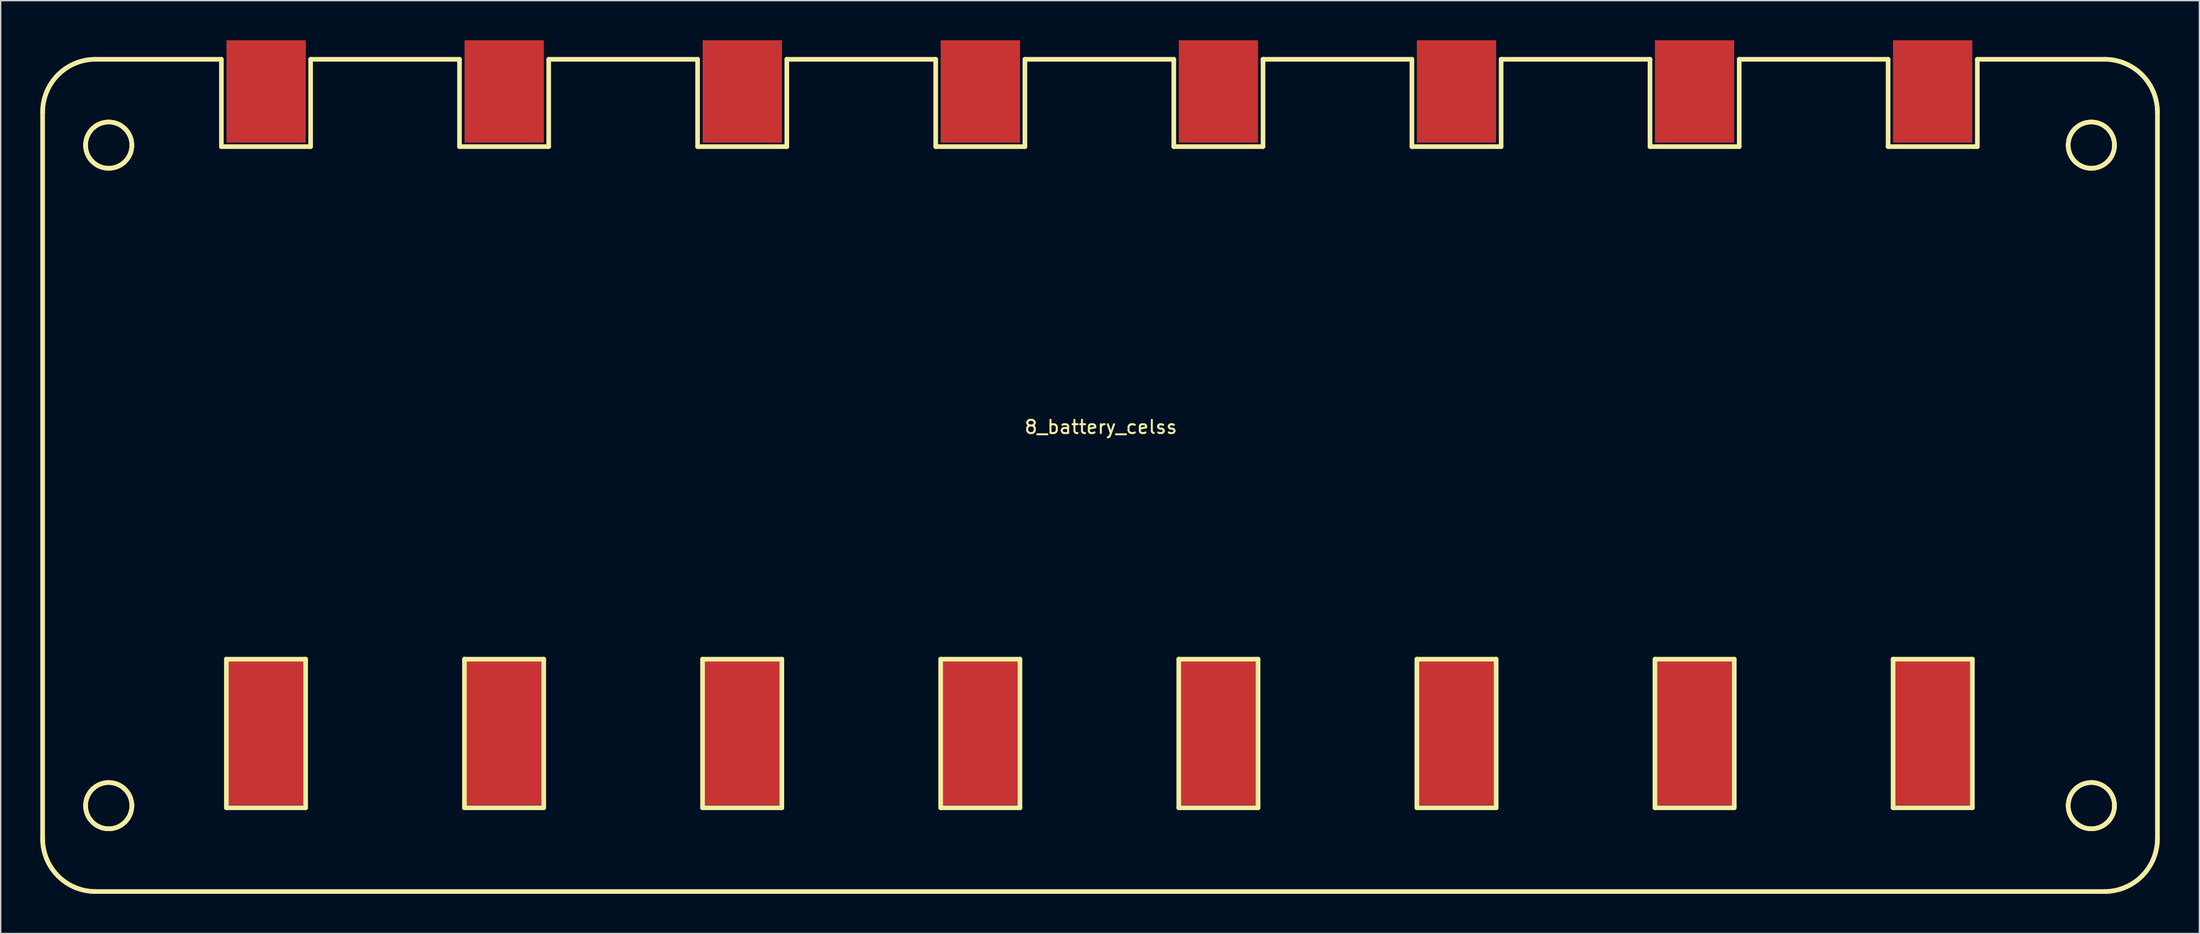
<source format=kicad_pcb>
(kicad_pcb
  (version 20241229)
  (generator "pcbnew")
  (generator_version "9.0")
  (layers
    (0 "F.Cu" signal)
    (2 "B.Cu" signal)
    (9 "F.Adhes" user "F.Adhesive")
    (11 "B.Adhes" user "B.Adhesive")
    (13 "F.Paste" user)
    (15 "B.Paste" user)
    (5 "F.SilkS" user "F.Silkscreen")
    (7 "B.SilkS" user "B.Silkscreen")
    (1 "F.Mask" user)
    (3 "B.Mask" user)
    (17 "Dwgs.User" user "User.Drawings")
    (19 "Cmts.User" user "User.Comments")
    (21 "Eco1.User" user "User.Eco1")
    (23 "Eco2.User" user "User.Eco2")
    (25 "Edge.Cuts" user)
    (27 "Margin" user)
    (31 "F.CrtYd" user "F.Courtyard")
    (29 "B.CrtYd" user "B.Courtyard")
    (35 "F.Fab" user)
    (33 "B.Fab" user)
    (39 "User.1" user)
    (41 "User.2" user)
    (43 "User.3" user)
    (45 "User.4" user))
  (footprint "8_battery_celss"
    (layer "F.Cu")
    (at 80.237 29.775)
    (property "Reference" "8_battery_celss" (at 0 -0.5 0) (unlocked yes) (layer "F.SilkS") (effects (font (size 1 1) (thickness 0.15))))
    (attr smd)
    (fp_line (start -80.062 30.663) (end -80.062 -24.337) (stroke (width 0.35) (type solid)) (layer "F.SilkS"))
    (fp_line (start -80.062 30.663) (end -80.057 30.861) (stroke (width 0.35) (type solid)) (layer "F.SilkS"))
    (fp_line (start -80.057 -24.535) (end -80.062 -24.337) (stroke (width 0.35) (type solid)) (layer "F.SilkS"))
    (fp_line (start -80.057 30.861) (end -80.043 31.058) (stroke (width 0.35) (type solid)) (layer "F.SilkS"))
    (fp_line (start -80.043 -24.732) (end -80.057 -24.535) (stroke (width 0.35) (type solid)) (layer "F.SilkS"))
    (fp_line (start -80.043 31.058) (end -80.019 31.254) (stroke (width 0.35) (type solid)) (layer "F.SilkS"))
    (fp_line (start -80.019 -24.928) (end -80.043 -24.732) (stroke (width 0.35) (type solid)) (layer "F.SilkS"))
    (fp_line (start -80.019 31.254) (end -79.985 31.447) (stroke (width 0.35) (type solid)) (layer "F.SilkS"))
    (fp_line (start -79.985 -25.121) (end -80.019 -24.928) (stroke (width 0.35) (type solid)) (layer "F.SilkS"))
    (fp_line (start -79.985 31.447) (end -79.942 31.638) (stroke (width 0.35) (type solid)) (layer "F.SilkS"))
    (fp_line (start -79.942 -25.312) (end -79.985 -25.121) (stroke (width 0.35) (type solid)) (layer "F.SilkS"))
    (fp_line (start -79.942 31.638) (end -79.889 31.826) (stroke (width 0.35) (type solid)) (layer "F.SilkS"))
    (fp_line (start -79.889 -25.5) (end -79.942 -25.312) (stroke (width 0.35) (type solid)) (layer "F.SilkS"))
    (fp_line (start -79.889 31.826) (end -79.828 32.012) (stroke (width 0.35) (type solid)) (layer "F.SilkS"))
    (fp_line (start -79.828 -25.686) (end -79.889 -25.5) (stroke (width 0.35) (type solid)) (layer "F.SilkS"))
    (fp_line (start -79.828 32.012) (end -79.758 32.194) (stroke (width 0.35) (type solid)) (layer "F.SilkS"))
    (fp_line (start -79.758 -25.868) (end -79.828 -25.686) (stroke (width 0.35) (type solid)) (layer "F.SilkS"))
    (fp_line (start -79.758 32.194) (end -79.679 32.372) (stroke (width 0.35) (type solid)) (layer "F.SilkS"))
    (fp_line (start -79.679 -26.046) (end -79.758 -25.868) (stroke (width 0.35) (type solid)) (layer "F.SilkS"))
    (fp_line (start -79.679 32.372) (end -79.591 32.547) (stroke (width 0.35) (type solid)) (layer "F.SilkS"))
    (fp_line (start -79.591 -26.221) (end -79.679 -26.046) (stroke (width 0.35) (type solid)) (layer "F.SilkS"))
    (fp_line (start -79.591 32.547) (end -79.495 32.717) (stroke (width 0.35) (type solid)) (layer "F.SilkS"))
    (fp_line (start -79.495 -26.391) (end -79.591 -26.221) (stroke (width 0.35) (type solid)) (layer "F.SilkS"))
    (fp_line (start -79.495 32.717) (end -79.39 32.882) (stroke (width 0.35) (type solid)) (layer "F.SilkS"))
    (fp_line (start -79.39 -26.556) (end -79.495 -26.391) (stroke (width 0.35) (type solid)) (layer "F.SilkS"))
    (fp_line (start -79.39 32.882) (end -79.277 33.043) (stroke (width 0.35) (type solid)) (layer "F.SilkS"))
    (fp_line (start -79.277 -26.717) (end -79.39 -26.556) (stroke (width 0.35) (type solid)) (layer "F.SilkS"))
    (fp_line (start -79.277 33.043) (end -79.156 33.198) (stroke (width 0.35) (type solid)) (layer "F.SilkS"))
    (fp_line (start -79.156 -26.872) (end -79.277 -26.717) (stroke (width 0.35) (type solid)) (layer "F.SilkS"))
    (fp_line (start -79.156 33.198) (end -79.028 33.348) (stroke (width 0.35) (type solid)) (layer "F.SilkS"))
    (fp_line (start -79.028 -27.022) (end -79.156 -26.872) (stroke (width 0.35) (type solid)) (layer "F.SilkS"))
    (fp_line (start -79.028 33.348) (end -78.891 33.491) (stroke (width 0.35) (type solid)) (layer "F.SilkS"))
    (fp_line (start -78.891 -27.165) (end -79.028 -27.022) (stroke (width 0.35) (type solid)) (layer "F.SilkS"))
    (fp_line (start -78.891 -27.165) (end -78.891 -27.165) (stroke (width 0.35) (type solid)) (layer "F.SilkS"))
    (fp_line (start -78.891 33.491) (end -78.891 33.491) (stroke (width 0.35) (type solid)) (layer "F.SilkS"))
    (fp_line (start -78.891 33.491) (end -78.747 33.628) (stroke (width 0.35) (type solid)) (layer "F.SilkS"))
    (fp_line (start -78.747 -27.302) (end -78.891 -27.165) (stroke (width 0.35) (type solid)) (layer "F.SilkS"))
    (fp_line (start -78.747 33.628) (end -78.597 33.757) (stroke (width 0.35) (type solid)) (layer "F.SilkS"))
    (fp_line (start -78.597 -27.431) (end -78.747 -27.302) (stroke (width 0.35) (type solid)) (layer "F.SilkS"))
    (fp_line (start -78.597 33.757) (end -78.442 33.878) (stroke (width 0.35) (type solid)) (layer "F.SilkS"))
    (fp_line (start -78.442 -27.552) (end -78.597 -27.431) (stroke (width 0.35) (type solid)) (layer "F.SilkS"))
    (fp_line (start -78.442 33.878) (end -78.282 33.991) (stroke (width 0.35) (type solid)) (layer "F.SilkS"))
    (fp_line (start -78.282 -27.665) (end -78.442 -27.552) (stroke (width 0.35) (type solid)) (layer "F.SilkS"))
    (fp_line (start -78.282 33.991) (end -78.116 34.096) (stroke (width 0.35) (type solid)) (layer "F.SilkS"))
    (fp_line (start -78.116 -27.77) (end -78.282 -27.665) (stroke (width 0.35) (type solid)) (layer "F.SilkS"))
    (fp_line (start -78.116 34.096) (end -77.946 34.192) (stroke (width 0.35) (type solid)) (layer "F.SilkS"))
    (fp_line (start -77.946 -27.866) (end -78.116 -27.77) (stroke (width 0.35) (type solid)) (layer "F.SilkS"))
    (fp_line (start -77.946 34.192) (end -77.771 34.279) (stroke (width 0.35) (type solid)) (layer "F.SilkS"))
    (fp_line (start -77.771 -27.954) (end -77.946 -27.866) (stroke (width 0.35) (type solid)) (layer "F.SilkS"))
    (fp_line (start -77.771 34.279) (end -77.593 34.358) (stroke (width 0.35) (type solid)) (layer "F.SilkS"))
    (fp_line (start -77.593 -28.033) (end -77.771 -27.954) (stroke (width 0.35) (type solid)) (layer "F.SilkS"))
    (fp_line (start -77.593 34.358) (end -77.411 34.429) (stroke (width 0.35) (type solid)) (layer "F.SilkS"))
    (fp_line (start -77.411 -28.103) (end -77.593 -28.033) (stroke (width 0.35) (type solid)) (layer "F.SilkS"))
    (fp_line (start -77.411 34.429) (end -77.226 34.49) (stroke (width 0.35) (type solid)) (layer "F.SilkS"))
    (fp_line (start -77.226 -28.164) (end -77.411 -28.103) (stroke (width 0.35) (type solid)) (layer "F.SilkS"))
    (fp_line (start -77.226 34.49) (end -77.037 34.542) (stroke (width 0.35) (type solid)) (layer "F.SilkS"))
    (fp_line (start -77.037 -28.216) (end -77.226 -28.164) (stroke (width 0.35) (type solid)) (layer "F.SilkS"))
    (fp_line (start -77.037 34.542) (end -76.846 34.585) (stroke (width 0.35) (type solid)) (layer "F.SilkS"))
    (fp_line (start -76.846 -28.259) (end -77.037 -28.216) (stroke (width 0.35) (type solid)) (layer "F.SilkS"))
    (fp_line (start -76.846 34.585) (end -76.653 34.619) (stroke (width 0.35) (type solid)) (layer "F.SilkS"))
    (fp_line (start -76.812 -21.837) (end -76.812 -21.837) (stroke (width 0.35) (type solid)) (layer "F.SilkS"))
    (fp_line (start -76.812 -21.837) (end -76.81 -21.747) (stroke (width 0.35) (type solid)) (layer "F.SilkS"))
    (fp_line (start -76.812 28.163) (end -76.812 28.163) (stroke (width 0.35) (type solid)) (layer "F.SilkS"))
    (fp_line (start -76.812 28.163) (end -76.81 28.253) (stroke (width 0.35) (type solid)) (layer "F.SilkS"))
    (fp_line (start -76.81 -21.927) (end -76.812 -21.837) (stroke (width 0.35) (type solid)) (layer "F.SilkS"))
    (fp_line (start -76.81 -21.747) (end -76.803 -21.658) (stroke (width 0.35) (type solid)) (layer "F.SilkS"))
    (fp_line (start -76.81 28.073) (end -76.812 28.163) (stroke (width 0.35) (type solid)) (layer "F.SilkS"))
    (fp_line (start -76.81 28.253) (end -76.803 28.342) (stroke (width 0.35) (type solid)) (layer "F.SilkS"))
    (fp_line (start -76.803 -22.016) (end -76.81 -21.927) (stroke (width 0.35) (type solid)) (layer "F.SilkS"))
    (fp_line (start -76.803 -21.658) (end -76.792 -21.571) (stroke (width 0.35) (type solid)) (layer "F.SilkS"))
    (fp_line (start -76.803 27.984) (end -76.81 28.073) (stroke (width 0.35) (type solid)) (layer "F.SilkS"))
    (fp_line (start -76.803 28.342) (end -76.792 28.429) (stroke (width 0.35) (type solid)) (layer "F.SilkS"))
    (fp_line (start -76.792 -22.104) (end -76.803 -22.016) (stroke (width 0.35) (type solid)) (layer "F.SilkS"))
    (fp_line (start -76.792 -21.571) (end -76.777 -21.484) (stroke (width 0.35) (type solid)) (layer "F.SilkS"))
    (fp_line (start -76.792 27.896) (end -76.803 27.984) (stroke (width 0.35) (type solid)) (layer "F.SilkS"))
    (fp_line (start -76.792 28.429) (end -76.777 28.516) (stroke (width 0.35) (type solid)) (layer "F.SilkS"))
    (fp_line (start -76.777 -22.19) (end -76.792 -22.104) (stroke (width 0.35) (type solid)) (layer "F.SilkS"))
    (fp_line (start -76.777 -21.484) (end -76.757 -21.4) (stroke (width 0.35) (type solid)) (layer "F.SilkS"))
    (fp_line (start -76.777 27.81) (end -76.792 27.896) (stroke (width 0.35) (type solid)) (layer "F.SilkS"))
    (fp_line (start -76.777 28.516) (end -76.757 28.6) (stroke (width 0.35) (type solid)) (layer "F.SilkS"))
    (fp_line (start -76.757 -22.274) (end -76.777 -22.19) (stroke (width 0.35) (type solid)) (layer "F.SilkS"))
    (fp_line (start -76.757 -21.4) (end -76.734 -21.317) (stroke (width 0.35) (type solid)) (layer "F.SilkS"))
    (fp_line (start -76.757 27.726) (end -76.777 27.81) (stroke (width 0.35) (type solid)) (layer "F.SilkS"))
    (fp_line (start -76.757 28.6) (end -76.734 28.683) (stroke (width 0.35) (type solid)) (layer "F.SilkS"))
    (fp_line (start -76.734 -22.357) (end -76.757 -22.274) (stroke (width 0.35) (type solid)) (layer "F.SilkS"))
    (fp_line (start -76.734 -21.317) (end -76.706 -21.235) (stroke (width 0.35) (type solid)) (layer "F.SilkS"))
    (fp_line (start -76.734 27.643) (end -76.757 27.726) (stroke (width 0.35) (type solid)) (layer "F.SilkS"))
    (fp_line (start -76.734 28.683) (end -76.706 28.765) (stroke (width 0.35) (type solid)) (layer "F.SilkS"))
    (fp_line (start -76.706 -22.439) (end -76.734 -22.357) (stroke (width 0.35) (type solid)) (layer "F.SilkS"))
    (fp_line (start -76.706 -21.235) (end -76.675 -21.156) (stroke (width 0.35) (type solid)) (layer "F.SilkS"))
    (fp_line (start -76.706 27.561) (end -76.734 27.643) (stroke (width 0.35) (type solid)) (layer "F.SilkS"))
    (fp_line (start -76.706 28.765) (end -76.675 28.844) (stroke (width 0.35) (type solid)) (layer "F.SilkS"))
    (fp_line (start -76.675 -22.518) (end -76.706 -22.439) (stroke (width 0.35) (type solid)) (layer "F.SilkS"))
    (fp_line (start -76.675 -21.156) (end -76.64 -21.078) (stroke (width 0.35) (type solid)) (layer "F.SilkS"))
    (fp_line (start -76.675 27.482) (end -76.706 27.561) (stroke (width 0.35) (type solid)) (layer "F.SilkS"))
    (fp_line (start -76.675 28.844) (end -76.64 28.922) (stroke (width 0.35) (type solid)) (layer "F.SilkS"))
    (fp_line (start -76.653 -28.293) (end -76.846 -28.259) (stroke (width 0.35) (type solid)) (layer "F.SilkS"))
    (fp_line (start -76.653 34.619) (end -76.458 34.643) (stroke (width 0.35) (type solid)) (layer "F.SilkS"))
    (fp_line (start -76.64 -22.596) (end -76.675 -22.518) (stroke (width 0.35) (type solid)) (layer "F.SilkS"))
    (fp_line (start -76.64 -21.078) (end -76.601 -21.003) (stroke (width 0.35) (type solid)) (layer "F.SilkS"))
    (fp_line (start -76.64 27.404) (end -76.675 27.482) (stroke (width 0.35) (type solid)) (layer "F.SilkS"))
    (fp_line (start -76.64 28.922) (end -76.601 28.997) (stroke (width 0.35) (type solid)) (layer "F.SilkS"))
    (fp_line (start -76.601 -22.671) (end -76.64 -22.596) (stroke (width 0.35) (type solid)) (layer "F.SilkS"))
    (fp_line (start -76.601 -21.003) (end -76.559 -20.93) (stroke (width 0.35) (type solid)) (layer "F.SilkS"))
    (fp_line (start -76.601 27.329) (end -76.64 27.404) (stroke (width 0.35) (type solid)) (layer "F.SilkS"))
    (fp_line (start -76.601 28.997) (end -76.559 29.07) (stroke (width 0.35) (type solid)) (layer "F.SilkS"))
    (fp_line (start -76.559 -22.744) (end -76.601 -22.671) (stroke (width 0.35) (type solid)) (layer "F.SilkS"))
    (fp_line (start -76.559 -20.93) (end -76.513 -20.859) (stroke (width 0.35) (type solid)) (layer "F.SilkS"))
    (fp_line (start -76.559 27.256) (end -76.601 27.329) (stroke (width 0.35) (type solid)) (layer "F.SilkS"))
    (fp_line (start -76.559 29.07) (end -76.513 29.141) (stroke (width 0.35) (type solid)) (layer "F.SilkS"))
    (fp_line (start -76.513 -22.815) (end -76.559 -22.744) (stroke (width 0.35) (type solid)) (layer "F.SilkS"))
    (fp_line (start -76.513 -20.859) (end -76.465 -20.79) (stroke (width 0.35) (type solid)) (layer "F.SilkS"))
    (fp_line (start -76.513 27.185) (end -76.559 27.256) (stroke (width 0.35) (type solid)) (layer "F.SilkS"))
    (fp_line (start -76.513 29.141) (end -76.465 29.21) (stroke (width 0.35) (type solid)) (layer "F.SilkS"))
    (fp_line (start -76.465 -22.884) (end -76.513 -22.815) (stroke (width 0.35) (type solid)) (layer "F.SilkS"))
    (fp_line (start -76.465 -20.79) (end -76.413 -20.724) (stroke (width 0.35) (type solid)) (layer "F.SilkS"))
    (fp_line (start -76.465 27.116) (end -76.513 27.185) (stroke (width 0.35) (type solid)) (layer "F.SilkS"))
    (fp_line (start -76.465 29.21) (end -76.413 29.276) (stroke (width 0.35) (type solid)) (layer "F.SilkS"))
    (fp_line (start -76.458 -28.317) (end -76.653 -28.293) (stroke (width 0.35) (type solid)) (layer "F.SilkS"))
    (fp_line (start -76.458 34.643) (end -76.261 34.658) (stroke (width 0.35) (type solid)) (layer "F.SilkS"))
    (fp_line (start -76.413 -22.95) (end -76.465 -22.884) (stroke (width 0.35) (type solid)) (layer "F.SilkS"))
    (fp_line (start -76.413 -20.724) (end -76.358 -20.66) (stroke (width 0.35) (type solid)) (layer "F.SilkS"))
    (fp_line (start -76.413 27.05) (end -76.465 27.116) (stroke (width 0.35) (type solid)) (layer "F.SilkS"))
    (fp_line (start -76.413 29.276) (end -76.358 29.34) (stroke (width 0.35) (type solid)) (layer "F.SilkS"))
    (fp_line (start -76.358 -23.014) (end -76.413 -22.95) (stroke (width 0.35) (type solid)) (layer "F.SilkS"))
    (fp_line (start -76.358 -20.66) (end -76.3 -20.6) (stroke (width 0.35) (type solid)) (layer "F.SilkS"))
    (fp_line (start -76.358 26.986) (end -76.413 27.05) (stroke (width 0.35) (type solid)) (layer "F.SilkS"))
    (fp_line (start -76.358 29.34) (end -76.3 29.4) (stroke (width 0.35) (type solid)) (layer "F.SilkS"))
    (fp_line (start -76.3 -23.074) (end -76.358 -23.014) (stroke (width 0.35) (type solid)) (layer "F.SilkS"))
    (fp_line (start -76.3 -20.6) (end -76.239 -20.542) (stroke (width 0.35) (type solid)) (layer "F.SilkS"))
    (fp_line (start -76.3 26.926) (end -76.358 26.986) (stroke (width 0.35) (type solid)) (layer "F.SilkS"))
    (fp_line (start -76.3 29.4) (end -76.239 29.458) (stroke (width 0.35) (type solid)) (layer "F.SilkS"))
    (fp_line (start -76.261 -28.332) (end -76.458 -28.317) (stroke (width 0.35) (type solid)) (layer "F.SilkS"))
    (fp_line (start -76.261 34.658) (end -76.062 34.663) (stroke (width 0.35) (type solid)) (layer "F.SilkS"))
    (fp_line (start -76.239 -23.132) (end -76.3 -23.074) (stroke (width 0.35) (type solid)) (layer "F.SilkS"))
    (fp_line (start -76.239 -20.542) (end -76.175 -20.487) (stroke (width 0.35) (type solid)) (layer "F.SilkS"))
    (fp_line (start -76.239 26.868) (end -76.3 26.926) (stroke (width 0.35) (type solid)) (layer "F.SilkS"))
    (fp_line (start -76.239 29.458) (end -76.175 29.513) (stroke (width 0.35) (type solid)) (layer "F.SilkS"))
    (fp_line (start -76.175 -23.187) (end -76.239 -23.132) (stroke (width 0.35) (type solid)) (layer "F.SilkS"))
    (fp_line (start -76.175 -20.487) (end -76.109 -20.435) (stroke (width 0.35) (type solid)) (layer "F.SilkS"))
    (fp_line (start -76.175 26.813) (end -76.239 26.868) (stroke (width 0.35) (type solid)) (layer "F.SilkS"))
    (fp_line (start -76.175 29.513) (end -76.109 29.565) (stroke (width 0.35) (type solid)) (layer "F.SilkS"))
    (fp_line (start -76.109 -23.239) (end -76.175 -23.187) (stroke (width 0.35) (type solid)) (layer "F.SilkS"))
    (fp_line (start -76.109 -20.435) (end -76.041 -20.386) (stroke (width 0.35) (type solid)) (layer "F.SilkS"))
    (fp_line (start -76.109 26.761) (end -76.175 26.813) (stroke (width 0.35) (type solid)) (layer "F.SilkS"))
    (fp_line (start -76.109 29.565) (end -76.041 29.614) (stroke (width 0.35) (type solid)) (layer "F.SilkS"))
    (fp_line (start -76.062 -28.337) (end -76.261 -28.332) (stroke (width 0.35) (type solid)) (layer "F.SilkS"))
    (fp_line (start -76.062 -28.337) (end -66.537 -28.337) (stroke (width 0.35) (type solid)) (layer "F.SilkS"))
    (fp_line (start -76.041 -23.288) (end -76.109 -23.239) (stroke (width 0.35) (type solid)) (layer "F.SilkS"))
    (fp_line (start -76.041 -20.386) (end -75.97 -20.34) (stroke (width 0.35) (type solid)) (layer "F.SilkS"))
    (fp_line (start -76.041 26.712) (end -76.109 26.761) (stroke (width 0.35) (type solid)) (layer "F.SilkS"))
    (fp_line (start -76.041 29.614) (end -75.97 29.66) (stroke (width 0.35) (type solid)) (layer "F.SilkS"))
    (fp_line (start -75.97 -23.334) (end -76.041 -23.288) (stroke (width 0.35) (type solid)) (layer "F.SilkS"))
    (fp_line (start -75.97 -20.34) (end -75.896 -20.298) (stroke (width 0.35) (type solid)) (layer "F.SilkS"))
    (fp_line (start -75.97 26.666) (end -76.041 26.712) (stroke (width 0.35) (type solid)) (layer "F.SilkS"))
    (fp_line (start -75.97 29.66) (end -75.896 29.702) (stroke (width 0.35) (type solid)) (layer "F.SilkS"))
    (fp_line (start -75.896 -23.376) (end -75.97 -23.334) (stroke (width 0.35) (type solid)) (layer "F.SilkS"))
    (fp_line (start -75.896 -20.298) (end -75.821 -20.26) (stroke (width 0.35) (type solid)) (layer "F.SilkS"))
    (fp_line (start -75.896 26.624) (end -75.97 26.666) (stroke (width 0.35) (type solid)) (layer "F.SilkS"))
    (fp_line (start -75.896 29.702) (end -75.821 29.74) (stroke (width 0.35) (type solid)) (layer "F.SilkS"))
    (fp_line (start -75.821 -23.414) (end -75.896 -23.376) (stroke (width 0.35) (type solid)) (layer "F.SilkS"))
    (fp_line (start -75.821 -20.26) (end -75.744 -20.225) (stroke (width 0.35) (type solid)) (layer "F.SilkS"))
    (fp_line (start -75.821 26.586) (end -75.896 26.624) (stroke (width 0.35) (type solid)) (layer "F.SilkS"))
    (fp_line (start -75.821 29.74) (end -75.744 29.775) (stroke (width 0.35) (type solid)) (layer "F.SilkS"))
    (fp_line (start -75.744 -23.45) (end -75.821 -23.414) (stroke (width 0.35) (type solid)) (layer "F.SilkS"))
    (fp_line (start -75.744 -20.225) (end -75.664 -20.193) (stroke (width 0.35) (type solid)) (layer "F.SilkS"))
    (fp_line (start -75.744 26.55) (end -75.821 26.586) (stroke (width 0.35) (type solid)) (layer "F.SilkS"))
    (fp_line (start -75.744 29.775) (end -75.664 29.807) (stroke (width 0.35) (type solid)) (layer "F.SilkS"))
    (fp_line (start -75.664 -23.481) (end -75.744 -23.45) (stroke (width 0.35) (type solid)) (layer "F.SilkS"))
    (fp_line (start -75.664 -20.193) (end -75.583 -20.166) (stroke (width 0.35) (type solid)) (layer "F.SilkS"))
    (fp_line (start -75.664 26.519) (end -75.744 26.55) (stroke (width 0.35) (type solid)) (layer "F.SilkS"))
    (fp_line (start -75.664 29.807) (end -75.583 29.834) (stroke (width 0.35) (type solid)) (layer "F.SilkS"))
    (fp_line (start -75.583 -23.508) (end -75.664 -23.481) (stroke (width 0.35) (type solid)) (layer "F.SilkS"))
    (fp_line (start -75.583 -20.166) (end -75.5 -20.142) (stroke (width 0.35) (type solid)) (layer "F.SilkS"))
    (fp_line (start -75.583 26.492) (end -75.664 26.519) (stroke (width 0.35) (type solid)) (layer "F.SilkS"))
    (fp_line (start -75.583 29.834) (end -75.5 29.858) (stroke (width 0.35) (type solid)) (layer "F.SilkS"))
    (fp_line (start -75.5 -23.532) (end -75.583 -23.508) (stroke (width 0.35) (type solid)) (layer "F.SilkS"))
    (fp_line (start -75.5 -20.142) (end -75.415 -20.123) (stroke (width 0.35) (type solid)) (layer "F.SilkS"))
    (fp_line (start -75.5 26.468) (end -75.583 26.492) (stroke (width 0.35) (type solid)) (layer "F.SilkS"))
    (fp_line (start -75.5 29.858) (end -75.415 29.877) (stroke (width 0.35) (type solid)) (layer "F.SilkS"))
    (fp_line (start -75.415 -23.551) (end -75.5 -23.532) (stroke (width 0.35) (type solid)) (layer "F.SilkS"))
    (fp_line (start -75.415 -20.123) (end -75.329 -20.107) (stroke (width 0.35) (type solid)) (layer "F.SilkS"))
    (fp_line (start -75.415 26.448) (end -75.5 26.468) (stroke (width 0.35) (type solid)) (layer "F.SilkS"))
    (fp_line (start -75.415 29.877) (end -75.329 29.893) (stroke (width 0.35) (type solid)) (layer "F.SilkS"))
    (fp_line (start -75.329 -23.567) (end -75.415 -23.551) (stroke (width 0.35) (type solid)) (layer "F.SilkS"))
    (fp_line (start -75.329 -20.107) (end -75.241 -20.096) (stroke (width 0.35) (type solid)) (layer "F.SilkS"))
    (fp_line (start -75.329 26.433) (end -75.415 26.448) (stroke (width 0.35) (type solid)) (layer "F.SilkS"))
    (fp_line (start -75.329 29.893) (end -75.241 29.904) (stroke (width 0.35) (type solid)) (layer "F.SilkS"))
    (fp_line (start -75.241 -23.578) (end -75.329 -23.567) (stroke (width 0.35) (type solid)) (layer "F.SilkS"))
    (fp_line (start -75.241 -20.096) (end -75.152 -20.089) (stroke (width 0.35) (type solid)) (layer "F.SilkS"))
    (fp_line (start -75.241 26.422) (end -75.329 26.433) (stroke (width 0.35) (type solid)) (layer "F.SilkS"))
    (fp_line (start -75.241 29.904) (end -75.152 29.911) (stroke (width 0.35) (type solid)) (layer "F.SilkS"))
    (fp_line (start -75.152 -23.585) (end -75.241 -23.578) (stroke (width 0.35) (type solid)) (layer "F.SilkS"))
    (fp_line (start -75.152 -20.089) (end -75.062 -20.087) (stroke (width 0.35) (type solid)) (layer "F.SilkS"))
    (fp_line (start -75.152 26.415) (end -75.241 26.422) (stroke (width 0.35) (type solid)) (layer "F.SilkS"))
    (fp_line (start -75.152 29.911) (end -75.062 29.913) (stroke (width 0.35) (type solid)) (layer "F.SilkS"))
    (fp_line (start -75.062 -23.587) (end -75.152 -23.585) (stroke (width 0.35) (type solid)) (layer "F.SilkS"))
    (fp_line (start -75.062 -23.587) (end -75.062 -23.587) (stroke (width 0.35) (type solid)) (layer "F.SilkS"))
    (fp_line (start -75.062 -20.087) (end -75.062 -20.087) (stroke (width 0.35) (type solid)) (layer "F.SilkS"))
    (fp_line (start -75.062 -20.087) (end -74.972 -20.089) (stroke (width 0.35) (type solid)) (layer "F.SilkS"))
    (fp_line (start -75.062 26.413) (end -75.152 26.415) (stroke (width 0.35) (type solid)) (layer "F.SilkS"))
    (fp_line (start -75.062 26.413) (end -75.062 26.413) (stroke (width 0.35) (type solid)) (layer "F.SilkS"))
    (fp_line (start -75.062 29.913) (end -75.062 29.913) (stroke (width 0.35) (type solid)) (layer "F.SilkS"))
    (fp_line (start -75.062 29.913) (end -74.972 29.911) (stroke (width 0.35) (type solid)) (layer "F.SilkS"))
    (fp_line (start -74.972 -23.585) (end -75.062 -23.587) (stroke (width 0.35) (type solid)) (layer "F.SilkS"))
    (fp_line (start -74.972 -20.089) (end -74.883 -20.096) (stroke (width 0.35) (type solid)) (layer "F.SilkS"))
    (fp_line (start -74.972 26.415) (end -75.062 26.413) (stroke (width 0.35) (type solid)) (layer "F.SilkS"))
    (fp_line (start -74.972 29.911) (end -74.883 29.904) (stroke (width 0.35) (type solid)) (layer "F.SilkS"))
    (fp_line (start -74.883 -23.578) (end -74.972 -23.585) (stroke (width 0.35) (type solid)) (layer "F.SilkS"))
    (fp_line (start -74.883 -20.096) (end -74.796 -20.107) (stroke (width 0.35) (type solid)) (layer "F.SilkS"))
    (fp_line (start -74.883 26.422) (end -74.972 26.415) (stroke (width 0.35) (type solid)) (layer "F.SilkS"))
    (fp_line (start -74.883 29.904) (end -74.796 29.893) (stroke (width 0.35) (type solid)) (layer "F.SilkS"))
    (fp_line (start -74.796 -23.567) (end -74.883 -23.578) (stroke (width 0.35) (type solid)) (layer "F.SilkS"))
    (fp_line (start -74.796 -20.107) (end -74.71 -20.123) (stroke (width 0.35) (type solid)) (layer "F.SilkS"))
    (fp_line (start -74.796 26.433) (end -74.883 26.422) (stroke (width 0.35) (type solid)) (layer "F.SilkS"))
    (fp_line (start -74.796 29.893) (end -74.71 29.877) (stroke (width 0.35) (type solid)) (layer "F.SilkS"))
    (fp_line (start -74.71 -23.551) (end -74.796 -23.567) (stroke (width 0.35) (type solid)) (layer "F.SilkS"))
    (fp_line (start -74.71 -20.123) (end -74.625 -20.142) (stroke (width 0.35) (type solid)) (layer "F.SilkS"))
    (fp_line (start -74.71 26.448) (end -74.796 26.433) (stroke (width 0.35) (type solid)) (layer "F.SilkS"))
    (fp_line (start -74.71 29.877) (end -74.625 29.858) (stroke (width 0.35) (type solid)) (layer "F.SilkS"))
    (fp_line (start -74.625 -23.532) (end -74.71 -23.551) (stroke (width 0.35) (type solid)) (layer "F.SilkS"))
    (fp_line (start -74.625 -20.142) (end -74.542 -20.166) (stroke (width 0.35) (type solid)) (layer "F.SilkS"))
    (fp_line (start -74.625 26.468) (end -74.71 26.448) (stroke (width 0.35) (type solid)) (layer "F.SilkS"))
    (fp_line (start -74.625 29.858) (end -74.542 29.834) (stroke (width 0.35) (type solid)) (layer "F.SilkS"))
    (fp_line (start -74.542 -23.508) (end -74.625 -23.532) (stroke (width 0.35) (type solid)) (layer "F.SilkS"))
    (fp_line (start -74.542 -20.166) (end -74.461 -20.193) (stroke (width 0.35) (type solid)) (layer "F.SilkS"))
    (fp_line (start -74.542 26.492) (end -74.625 26.468) (stroke (width 0.35) (type solid)) (layer "F.SilkS"))
    (fp_line (start -74.542 29.834) (end -74.461 29.807) (stroke (width 0.35) (type solid)) (layer "F.SilkS"))
    (fp_line (start -74.461 -23.481) (end -74.542 -23.508) (stroke (width 0.35) (type solid)) (layer "F.SilkS"))
    (fp_line (start -74.461 -20.193) (end -74.381 -20.225) (stroke (width 0.35) (type solid)) (layer "F.SilkS"))
    (fp_line (start -74.461 26.519) (end -74.542 26.492) (stroke (width 0.35) (type solid)) (layer "F.SilkS"))
    (fp_line (start -74.461 29.807) (end -74.381 29.775) (stroke (width 0.35) (type solid)) (layer "F.SilkS"))
    (fp_line (start -74.381 -23.45) (end -74.461 -23.481) (stroke (width 0.35) (type solid)) (layer "F.SilkS"))
    (fp_line (start -74.381 -20.225) (end -74.304 -20.26) (stroke (width 0.35) (type solid)) (layer "F.SilkS"))
    (fp_line (start -74.381 26.55) (end -74.461 26.519) (stroke (width 0.35) (type solid)) (layer "F.SilkS"))
    (fp_line (start -74.381 29.775) (end -74.304 29.74) (stroke (width 0.35) (type solid)) (layer "F.SilkS"))
    (fp_line (start -74.304 -23.414) (end -74.381 -23.45) (stroke (width 0.35) (type solid)) (layer "F.SilkS"))
    (fp_line (start -74.304 -20.26) (end -74.228 -20.298) (stroke (width 0.35) (type solid)) (layer "F.SilkS"))
    (fp_line (start -74.304 26.586) (end -74.381 26.55) (stroke (width 0.35) (type solid)) (layer "F.SilkS"))
    (fp_line (start -74.304 29.74) (end -74.228 29.702) (stroke (width 0.35) (type solid)) (layer "F.SilkS"))
    (fp_line (start -74.228 -23.376) (end -74.304 -23.414) (stroke (width 0.35) (type solid)) (layer "F.SilkS"))
    (fp_line (start -74.228 -20.298) (end -74.155 -20.34) (stroke (width 0.35) (type solid)) (layer "F.SilkS"))
    (fp_line (start -74.228 26.624) (end -74.304 26.586) (stroke (width 0.35) (type solid)) (layer "F.SilkS"))
    (fp_line (start -74.228 29.702) (end -74.155 29.66) (stroke (width 0.35) (type solid)) (layer "F.SilkS"))
    (fp_line (start -74.155 -23.334) (end -74.228 -23.376) (stroke (width 0.35) (type solid)) (layer "F.SilkS"))
    (fp_line (start -74.155 -20.34) (end -74.084 -20.386) (stroke (width 0.35) (type solid)) (layer "F.SilkS"))
    (fp_line (start -74.155 26.666) (end -74.228 26.624) (stroke (width 0.35) (type solid)) (layer "F.SilkS"))
    (fp_line (start -74.155 29.66) (end -74.084 29.614) (stroke (width 0.35) (type solid)) (layer "F.SilkS"))
    (fp_line (start -74.084 -23.288) (end -74.155 -23.334) (stroke (width 0.35) (type solid)) (layer "F.SilkS"))
    (fp_line (start -74.084 -20.386) (end -74.015 -20.435) (stroke (width 0.35) (type solid)) (layer "F.SilkS"))
    (fp_line (start -74.084 26.712) (end -74.155 26.666) (stroke (width 0.35) (type solid)) (layer "F.SilkS"))
    (fp_line (start -74.084 29.614) (end -74.015 29.565) (stroke (width 0.35) (type solid)) (layer "F.SilkS"))
    (fp_line (start -74.015 -23.239) (end -74.084 -23.288) (stroke (width 0.35) (type solid)) (layer "F.SilkS"))
    (fp_line (start -74.015 -20.435) (end -73.949 -20.487) (stroke (width 0.35) (type solid)) (layer "F.SilkS"))
    (fp_line (start -74.015 26.761) (end -74.084 26.712) (stroke (width 0.35) (type solid)) (layer "F.SilkS"))
    (fp_line (start -74.015 29.565) (end -73.949 29.513) (stroke (width 0.35) (type solid)) (layer "F.SilkS"))
    (fp_line (start -73.949 -23.187) (end -74.015 -23.239) (stroke (width 0.35) (type solid)) (layer "F.SilkS"))
    (fp_line (start -73.949 -20.487) (end -73.886 -20.542) (stroke (width 0.35) (type solid)) (layer "F.SilkS"))
    (fp_line (start -73.949 26.813) (end -74.015 26.761) (stroke (width 0.35) (type solid)) (layer "F.SilkS"))
    (fp_line (start -73.949 29.513) (end -73.886 29.458) (stroke (width 0.35) (type solid)) (layer "F.SilkS"))
    (fp_line (start -73.886 -23.132) (end -73.949 -23.187) (stroke (width 0.35) (type solid)) (layer "F.SilkS"))
    (fp_line (start -73.886 -20.542) (end -73.825 -20.6) (stroke (width 0.35) (type solid)) (layer "F.SilkS"))
    (fp_line (start -73.886 26.868) (end -73.949 26.813) (stroke (width 0.35) (type solid)) (layer "F.SilkS"))
    (fp_line (start -73.886 29.458) (end -73.825 29.4) (stroke (width 0.35) (type solid)) (layer "F.SilkS"))
    (fp_line (start -73.825 -23.074) (end -73.886 -23.132) (stroke (width 0.35) (type solid)) (layer "F.SilkS"))
    (fp_line (start -73.825 -20.6) (end -73.767 -20.66) (stroke (width 0.35) (type solid)) (layer "F.SilkS"))
    (fp_line (start -73.825 26.926) (end -73.886 26.868) (stroke (width 0.35) (type solid)) (layer "F.SilkS"))
    (fp_line (start -73.825 29.4) (end -73.767 29.34) (stroke (width 0.35) (type solid)) (layer "F.SilkS"))
    (fp_line (start -73.767 -23.014) (end -73.825 -23.074) (stroke (width 0.35) (type solid)) (layer "F.SilkS"))
    (fp_line (start -73.767 -20.66) (end -73.712 -20.724) (stroke (width 0.35) (type solid)) (layer "F.SilkS"))
    (fp_line (start -73.767 26.986) (end -73.825 26.926) (stroke (width 0.35) (type solid)) (layer "F.SilkS"))
    (fp_line (start -73.767 29.34) (end -73.712 29.276) (stroke (width 0.35) (type solid)) (layer "F.SilkS"))
    (fp_line (start -73.712 -22.95) (end -73.767 -23.014) (stroke (width 0.35) (type solid)) (layer "F.SilkS"))
    (fp_line (start -73.712 -20.724) (end -73.66 -20.79) (stroke (width 0.35) (type solid)) (layer "F.SilkS"))
    (fp_line (start -73.712 27.05) (end -73.767 26.986) (stroke (width 0.35) (type solid)) (layer "F.SilkS"))
    (fp_line (start -73.712 29.276) (end -73.66 29.21) (stroke (width 0.35) (type solid)) (layer "F.SilkS"))
    (fp_line (start -73.66 -22.884) (end -73.712 -22.95) (stroke (width 0.35) (type solid)) (layer "F.SilkS"))
    (fp_line (start -73.66 -20.79) (end -73.611 -20.859) (stroke (width 0.35) (type solid)) (layer "F.SilkS"))
    (fp_line (start -73.66 27.116) (end -73.712 27.05) (stroke (width 0.35) (type solid)) (layer "F.SilkS"))
    (fp_line (start -73.66 29.21) (end -73.611 29.141) (stroke (width 0.35) (type solid)) (layer "F.SilkS"))
    (fp_line (start -73.611 -22.815) (end -73.66 -22.884) (stroke (width 0.35) (type solid)) (layer "F.SilkS"))
    (fp_line (start -73.611 -20.859) (end -73.566 -20.93) (stroke (width 0.35) (type solid)) (layer "F.SilkS"))
    (fp_line (start -73.611 27.185) (end -73.66 27.116) (stroke (width 0.35) (type solid)) (layer "F.SilkS"))
    (fp_line (start -73.611 29.141) (end -73.566 29.07) (stroke (width 0.35) (type solid)) (layer "F.SilkS"))
    (fp_line (start -73.566 -22.744) (end -73.611 -22.815) (stroke (width 0.35) (type solid)) (layer "F.SilkS"))
    (fp_line (start -73.566 -20.93) (end -73.524 -21.003) (stroke (width 0.35) (type solid)) (layer "F.SilkS"))
    (fp_line (start -73.566 27.256) (end -73.611 27.185) (stroke (width 0.35) (type solid)) (layer "F.SilkS"))
    (fp_line (start -73.566 29.07) (end -73.524 28.997) (stroke (width 0.35) (type solid)) (layer "F.SilkS"))
    (fp_line (start -73.524 -22.671) (end -73.566 -22.744) (stroke (width 0.35) (type solid)) (layer "F.SilkS"))
    (fp_line (start -73.524 -21.003) (end -73.485 -21.078) (stroke (width 0.35) (type solid)) (layer "F.SilkS"))
    (fp_line (start -73.524 27.329) (end -73.566 27.256) (stroke (width 0.35) (type solid)) (layer "F.SilkS"))
    (fp_line (start -73.524 28.997) (end -73.485 28.922) (stroke (width 0.35) (type solid)) (layer "F.SilkS"))
    (fp_line (start -73.485 -22.596) (end -73.524 -22.671) (stroke (width 0.35) (type solid)) (layer "F.SilkS"))
    (fp_line (start -73.485 -21.078) (end -73.45 -21.156) (stroke (width 0.35) (type solid)) (layer "F.SilkS"))
    (fp_line (start -73.485 27.404) (end -73.524 27.329) (stroke (width 0.35) (type solid)) (layer "F.SilkS"))
    (fp_line (start -73.485 28.922) (end -73.45 28.844) (stroke (width 0.35) (type solid)) (layer "F.SilkS"))
    (fp_line (start -73.45 -22.518) (end -73.485 -22.596) (stroke (width 0.35) (type solid)) (layer "F.SilkS"))
    (fp_line (start -73.45 -21.156) (end -73.419 -21.235) (stroke (width 0.35) (type solid)) (layer "F.SilkS"))
    (fp_line (start -73.45 27.482) (end -73.485 27.404) (stroke (width 0.35) (type solid)) (layer "F.SilkS"))
    (fp_line (start -73.45 28.844) (end -73.419 28.765) (stroke (width 0.35) (type solid)) (layer "F.SilkS"))
    (fp_line (start -73.419 -22.439) (end -73.45 -22.518) (stroke (width 0.35) (type solid)) (layer "F.SilkS"))
    (fp_line (start -73.419 -21.235) (end -73.391 -21.317) (stroke (width 0.35) (type solid)) (layer "F.SilkS"))
    (fp_line (start -73.419 27.561) (end -73.45 27.482) (stroke (width 0.35) (type solid)) (layer "F.SilkS"))
    (fp_line (start -73.419 28.765) (end -73.391 28.683) (stroke (width 0.35) (type solid)) (layer "F.SilkS"))
    (fp_line (start -73.391 -22.357) (end -73.419 -22.439) (stroke (width 0.35) (type solid)) (layer "F.SilkS"))
    (fp_line (start -73.391 -21.317) (end -73.367 -21.4) (stroke (width 0.35) (type solid)) (layer "F.SilkS"))
    (fp_line (start -73.391 27.643) (end -73.419 27.561) (stroke (width 0.35) (type solid)) (layer "F.SilkS"))
    (fp_line (start -73.391 28.683) (end -73.367 28.6) (stroke (width 0.35) (type solid)) (layer "F.SilkS"))
    (fp_line (start -73.367 -22.274) (end -73.391 -22.357) (stroke (width 0.35) (type solid)) (layer "F.SilkS"))
    (fp_line (start -73.367 -21.4) (end -73.348 -21.484) (stroke (width 0.35) (type solid)) (layer "F.SilkS"))
    (fp_line (start -73.367 27.726) (end -73.391 27.643) (stroke (width 0.35) (type solid)) (layer "F.SilkS"))
    (fp_line (start -73.367 28.6) (end -73.348 28.516) (stroke (width 0.35) (type solid)) (layer "F.SilkS"))
    (fp_line (start -73.348 -22.19) (end -73.367 -22.274) (stroke (width 0.35) (type solid)) (layer "F.SilkS"))
    (fp_line (start -73.348 -21.484) (end -73.333 -21.571) (stroke (width 0.35) (type solid)) (layer "F.SilkS"))
    (fp_line (start -73.348 27.81) (end -73.367 27.726) (stroke (width 0.35) (type solid)) (layer "F.SilkS"))
    (fp_line (start -73.348 28.516) (end -73.333 28.429) (stroke (width 0.35) (type solid)) (layer "F.SilkS"))
    (fp_line (start -73.333 -22.104) (end -73.348 -22.19) (stroke (width 0.35) (type solid)) (layer "F.SilkS"))
    (fp_line (start -73.333 -21.571) (end -73.321 -21.658) (stroke (width 0.35) (type solid)) (layer "F.SilkS"))
    (fp_line (start -73.333 27.896) (end -73.348 27.81) (stroke (width 0.35) (type solid)) (layer "F.SilkS"))
    (fp_line (start -73.333 28.429) (end -73.321 28.342) (stroke (width 0.35) (type solid)) (layer "F.SilkS"))
    (fp_line (start -73.321 -22.016) (end -73.333 -22.104) (stroke (width 0.35) (type solid)) (layer "F.SilkS"))
    (fp_line (start -73.321 -21.658) (end -73.315 -21.747) (stroke (width 0.35) (type solid)) (layer "F.SilkS"))
    (fp_line (start -73.321 27.984) (end -73.333 27.896) (stroke (width 0.35) (type solid)) (layer "F.SilkS"))
    (fp_line (start -73.321 28.342) (end -73.315 28.253) (stroke (width 0.35) (type solid)) (layer "F.SilkS"))
    (fp_line (start -73.315 -21.927) (end -73.321 -22.016) (stroke (width 0.35) (type solid)) (layer "F.SilkS"))
    (fp_line (start -73.315 -21.747) (end -73.312 -21.837) (stroke (width 0.35) (type solid)) (layer "F.SilkS"))
    (fp_line (start -73.315 28.073) (end -73.321 27.984) (stroke (width 0.35) (type solid)) (layer "F.SilkS"))
    (fp_line (start -73.315 28.253) (end -73.312 28.163) (stroke (width 0.35) (type solid)) (layer "F.SilkS"))
    (fp_line (start -73.312 -21.837) (end -73.315 -21.927) (stroke (width 0.35) (type solid)) (layer "F.SilkS"))
    (fp_line (start -73.312 -21.837) (end -73.312 -21.837) (stroke (width 0.35) (type solid)) (layer "F.SilkS"))
    (fp_line (start -73.312 -21.837) (end -73.312 -21.837) (stroke (width 0.35) (type solid)) (layer "F.SilkS"))
    (fp_line (start -73.312 28.163) (end -73.315 28.073) (stroke (width 0.35) (type solid)) (layer "F.SilkS"))
    (fp_line (start -73.312 28.163) (end -73.312 28.163) (stroke (width 0.35) (type solid)) (layer "F.SilkS"))
    (fp_line (start -73.312 28.163) (end -73.312 28.163) (stroke (width 0.35) (type solid)) (layer "F.SilkS"))
    (fp_line (start -66.537 -21.727) (end -66.537 -28.337) (stroke (width 0.35) (type solid)) (layer "F.SilkS"))
    (fp_line (start -66.162 17.073) (end -60.162 17.073) (stroke (width 0.35) (type solid)) (layer "F.SilkS"))
    (fp_line (start -66.162 28.323) (end -66.162 17.073) (stroke (width 0.35) (type solid)) (layer "F.SilkS"))
    (fp_line (start -60.162 17.073) (end -60.162 28.323) (stroke (width 0.35) (type solid)) (layer "F.SilkS"))
    (fp_line (start -60.162 28.323) (end -66.162 28.323) (stroke (width 0.35) (type solid)) (layer "F.SilkS"))
    (fp_line (start -59.787 -28.337) (end -59.787 -21.727) (stroke (width 0.35) (type solid)) (layer "F.SilkS"))
    (fp_line (start -59.787 -28.337) (end -48.523 -28.337) (stroke (width 0.35) (type solid)) (layer "F.SilkS"))
    (fp_line (start -59.787 -21.727) (end -66.537 -21.727) (stroke (width 0.35) (type solid)) (layer "F.SilkS"))
    (fp_line (start -48.523 -21.727) (end -48.523 -28.337) (stroke (width 0.35) (type solid)) (layer "F.SilkS"))
    (fp_line (start -48.148 17.073) (end -42.148 17.073) (stroke (width 0.35) (type solid)) (layer "F.SilkS"))
    (fp_line (start -48.148 28.323) (end -48.148 17.073) (stroke (width 0.35) (type solid)) (layer "F.SilkS"))
    (fp_line (start -42.148 17.073) (end -42.148 28.323) (stroke (width 0.35) (type solid)) (layer "F.SilkS"))
    (fp_line (start -42.148 28.323) (end -48.148 28.323) (stroke (width 0.35) (type solid)) (layer "F.SilkS"))
    (fp_line (start -41.773 -28.337) (end -41.773 -21.727) (stroke (width 0.35) (type solid)) (layer "F.SilkS"))
    (fp_line (start -41.773 -28.337) (end -30.509 -28.337) (stroke (width 0.35) (type solid)) (layer "F.SilkS"))
    (fp_line (start -41.773 -21.727) (end -48.523 -21.727) (stroke (width 0.35) (type solid)) (layer "F.SilkS"))
    (fp_line (start -30.509 -21.727) (end -30.509 -28.337) (stroke (width 0.35) (type solid)) (layer "F.SilkS"))
    (fp_line (start -30.134 17.073) (end -24.134 17.073) (stroke (width 0.35) (type solid)) (layer "F.SilkS"))
    (fp_line (start -30.134 28.323) (end -30.134 17.073) (stroke (width 0.35) (type solid)) (layer "F.SilkS"))
    (fp_line (start -24.134 17.073) (end -24.134 28.323) (stroke (width 0.35) (type solid)) (layer "F.SilkS"))
    (fp_line (start -24.134 28.323) (end -30.134 28.323) (stroke (width 0.35) (type solid)) (layer "F.SilkS"))
    (fp_line (start -23.759 -28.337) (end -23.759 -21.727) (stroke (width 0.35) (type solid)) (layer "F.SilkS"))
    (fp_line (start -23.759 -28.337) (end -12.494 -28.337) (stroke (width 0.35) (type solid)) (layer "F.SilkS"))
    (fp_line (start -23.759 -21.727) (end -30.509 -21.727) (stroke (width 0.35) (type solid)) (layer "F.SilkS"))
    (fp_line (start -12.494 -21.727) (end -12.494 -28.337) (stroke (width 0.35) (type solid)) (layer "F.SilkS"))
    (fp_line (start -12.119 17.073) (end -6.119 17.073) (stroke (width 0.35) (type solid)) (layer "F.SilkS"))
    (fp_line (start -12.119 28.323) (end -12.119 17.073) (stroke (width 0.35) (type solid)) (layer "F.SilkS"))
    (fp_line (start -6.119 17.073) (end -6.119 28.323) (stroke (width 0.35) (type solid)) (layer "F.SilkS"))
    (fp_line (start -6.119 28.323) (end -12.119 28.323) (stroke (width 0.35) (type solid)) (layer "F.SilkS"))
    (fp_line (start -5.744 -28.337) (end -5.744 -21.727) (stroke (width 0.35) (type solid)) (layer "F.SilkS"))
    (fp_line (start -5.744 -28.337) (end 5.52 -28.337) (stroke (width 0.35) (type solid)) (layer "F.SilkS"))
    (fp_line (start -5.744 -21.727) (end -12.494 -21.727) (stroke (width 0.35) (type solid)) (layer "F.SilkS"))
    (fp_line (start 5.52 -21.727) (end 5.52 -28.337) (stroke (width 0.35) (type solid)) (layer "F.SilkS"))
    (fp_line (start 5.895 17.073) (end 11.895 17.073) (stroke (width 0.35) (type solid)) (layer "F.SilkS"))
    (fp_line (start 5.895 28.323) (end 5.895 17.073) (stroke (width 0.35) (type solid)) (layer "F.SilkS"))
    (fp_line (start 11.895 17.073) (end 11.895 28.323) (stroke (width 0.35) (type solid)) (layer "F.SilkS"))
    (fp_line (start 11.895 28.323) (end 5.895 28.323) (stroke (width 0.35) (type solid)) (layer "F.SilkS"))
    (fp_line (start 12.27 -28.337) (end 12.27 -21.727) (stroke (width 0.35) (type solid)) (layer "F.SilkS"))
    (fp_line (start 12.27 -28.337) (end 23.534 -28.337) (stroke (width 0.35) (type solid)) (layer "F.SilkS"))
    (fp_line (start 12.27 -21.727) (end 5.52 -21.727) (stroke (width 0.35) (type solid)) (layer "F.SilkS"))
    (fp_line (start 23.534 -21.727) (end 23.534 -28.337) (stroke (width 0.35) (type solid)) (layer "F.SilkS"))
    (fp_line (start 23.909 17.073) (end 29.909 17.073) (stroke (width 0.35) (type solid)) (layer "F.SilkS"))
    (fp_line (start 23.909 28.323) (end 23.909 17.073) (stroke (width 0.35) (type solid)) (layer "F.SilkS"))
    (fp_line (start 29.909 17.073) (end 29.909 28.323) (stroke (width 0.35) (type solid)) (layer "F.SilkS"))
    (fp_line (start 29.909 28.323) (end 23.909 28.323) (stroke (width 0.35) (type solid)) (layer "F.SilkS"))
    (fp_line (start 30.284 -28.337) (end 30.284 -21.727) (stroke (width 0.35) (type solid)) (layer "F.SilkS"))
    (fp_line (start 30.284 -28.337) (end 41.548 -28.337) (stroke (width 0.35) (type solid)) (layer "F.SilkS"))
    (fp_line (start 30.284 -21.727) (end 23.534 -21.727) (stroke (width 0.35) (type solid)) (layer "F.SilkS"))
    (fp_line (start 41.548 -21.727) (end 41.548 -28.337) (stroke (width 0.35) (type solid)) (layer "F.SilkS"))
    (fp_line (start 41.923 17.073) (end 47.923 17.073) (stroke (width 0.35) (type solid)) (layer "F.SilkS"))
    (fp_line (start 41.923 28.323) (end 41.923 17.073) (stroke (width 0.35) (type solid)) (layer "F.SilkS"))
    (fp_line (start 47.923 17.073) (end 47.923 28.323) (stroke (width 0.35) (type solid)) (layer "F.SilkS"))
    (fp_line (start 47.923 28.323) (end 41.923 28.323) (stroke (width 0.35) (type solid)) (layer "F.SilkS"))
    (fp_line (start 48.298 -28.337) (end 48.298 -21.727) (stroke (width 0.35) (type solid)) (layer "F.SilkS"))
    (fp_line (start 48.298 -28.337) (end 59.563 -28.337) (stroke (width 0.35) (type solid)) (layer "F.SilkS"))
    (fp_line (start 48.298 -21.727) (end 41.548 -21.727) (stroke (width 0.35) (type solid)) (layer "F.SilkS"))
    (fp_line (start 59.563 -21.727) (end 59.563 -28.337) (stroke (width 0.35) (type solid)) (layer "F.SilkS"))
    (fp_line (start 59.938 17.073) (end 65.938 17.073) (stroke (width 0.35) (type solid)) (layer "F.SilkS"))
    (fp_line (start 59.938 28.323) (end 59.938 17.073) (stroke (width 0.35) (type solid)) (layer "F.SilkS"))
    (fp_line (start 65.938 17.073) (end 65.938 28.323) (stroke (width 0.35) (type solid)) (layer "F.SilkS"))
    (fp_line (start 65.938 28.323) (end 59.938 28.323) (stroke (width 0.35) (type solid)) (layer "F.SilkS"))
    (fp_line (start 66.313 -28.337) (end 66.313 -21.727) (stroke (width 0.35) (type solid)) (layer "F.SilkS"))
    (fp_line (start 66.313 -28.337) (end 75.938 -28.337) (stroke (width 0.35) (type solid)) (layer "F.SilkS"))
    (fp_line (start 66.313 -21.727) (end 59.563 -21.727) (stroke (width 0.35) (type solid)) (layer "F.SilkS"))
    (fp_line (start 73.188 -21.837) (end 73.188 -21.837) (stroke (width 0.35) (type solid)) (layer "F.SilkS"))
    (fp_line (start 73.188 -21.837) (end 73.19 -21.747) (stroke (width 0.35) (type solid)) (layer "F.SilkS"))
    (fp_line (start 73.188 28.163) (end 73.188 28.163) (stroke (width 0.35) (type solid)) (layer "F.SilkS"))
    (fp_line (start 73.188 28.163) (end 73.19 28.253) (stroke (width 0.35) (type solid)) (layer "F.SilkS"))
    (fp_line (start 73.19 -21.927) (end 73.188 -21.837) (stroke (width 0.35) (type solid)) (layer "F.SilkS"))
    (fp_line (start 73.19 -21.747) (end 73.197 -21.658) (stroke (width 0.35) (type solid)) (layer "F.SilkS"))
    (fp_line (start 73.19 28.073) (end 73.188 28.163) (stroke (width 0.35) (type solid)) (layer "F.SilkS"))
    (fp_line (start 73.19 28.253) (end 73.197 28.342) (stroke (width 0.35) (type solid)) (layer "F.SilkS"))
    (fp_line (start 73.197 -22.016) (end 73.19 -21.927) (stroke (width 0.35) (type solid)) (layer "F.SilkS"))
    (fp_line (start 73.197 -21.658) (end 73.208 -21.571) (stroke (width 0.35) (type solid)) (layer "F.SilkS"))
    (fp_line (start 73.197 27.984) (end 73.19 28.073) (stroke (width 0.35) (type solid)) (layer "F.SilkS"))
    (fp_line (start 73.197 28.342) (end 73.208 28.429) (stroke (width 0.35) (type solid)) (layer "F.SilkS"))
    (fp_line (start 73.208 -22.104) (end 73.197 -22.016) (stroke (width 0.35) (type solid)) (layer "F.SilkS"))
    (fp_line (start 73.208 -21.571) (end 73.223 -21.484) (stroke (width 0.35) (type solid)) (layer "F.SilkS"))
    (fp_line (start 73.208 27.896) (end 73.197 27.984) (stroke (width 0.35) (type solid)) (layer "F.SilkS"))
    (fp_line (start 73.208 28.429) (end 73.223 28.516) (stroke (width 0.35) (type solid)) (layer "F.SilkS"))
    (fp_line (start 73.223 -22.19) (end 73.208 -22.104) (stroke (width 0.35) (type solid)) (layer "F.SilkS"))
    (fp_line (start 73.223 -21.484) (end 73.243 -21.4) (stroke (width 0.35) (type solid)) (layer "F.SilkS"))
    (fp_line (start 73.223 27.81) (end 73.208 27.896) (stroke (width 0.35) (type solid)) (layer "F.SilkS"))
    (fp_line (start 73.223 28.516) (end 73.243 28.6) (stroke (width 0.35) (type solid)) (layer "F.SilkS"))
    (fp_line (start 73.243 -22.274) (end 73.223 -22.19) (stroke (width 0.35) (type solid)) (layer "F.SilkS"))
    (fp_line (start 73.243 -21.4) (end 73.266 -21.317) (stroke (width 0.35) (type solid)) (layer "F.SilkS"))
    (fp_line (start 73.243 27.726) (end 73.223 27.81) (stroke (width 0.35) (type solid)) (layer "F.SilkS"))
    (fp_line (start 73.243 28.6) (end 73.266 28.683) (stroke (width 0.35) (type solid)) (layer "F.SilkS"))
    (fp_line (start 73.266 -22.357) (end 73.243 -22.274) (stroke (width 0.35) (type solid)) (layer "F.SilkS"))
    (fp_line (start 73.266 -21.317) (end 73.294 -21.235) (stroke (width 0.35) (type solid)) (layer "F.SilkS"))
    (fp_line (start 73.266 27.643) (end 73.243 27.726) (stroke (width 0.35) (type solid)) (layer "F.SilkS"))
    (fp_line (start 73.266 28.683) (end 73.294 28.765) (stroke (width 0.35) (type solid)) (layer "F.SilkS"))
    (fp_line (start 73.294 -22.439) (end 73.266 -22.357) (stroke (width 0.35) (type solid)) (layer "F.SilkS"))
    (fp_line (start 73.294 -21.235) (end 73.325 -21.156) (stroke (width 0.35) (type solid)) (layer "F.SilkS"))
    (fp_line (start 73.294 27.561) (end 73.266 27.643) (stroke (width 0.35) (type solid)) (layer "F.SilkS"))
    (fp_line (start 73.294 28.765) (end 73.325 28.844) (stroke (width 0.35) (type solid)) (layer "F.SilkS"))
    (fp_line (start 73.325 -22.518) (end 73.294 -22.439) (stroke (width 0.35) (type solid)) (layer "F.SilkS"))
    (fp_line (start 73.325 -21.156) (end 73.36 -21.078) (stroke (width 0.35) (type solid)) (layer "F.SilkS"))
    (fp_line (start 73.325 27.482) (end 73.294 27.561) (stroke (width 0.35) (type solid)) (layer "F.SilkS"))
    (fp_line (start 73.325 28.844) (end 73.36 28.922) (stroke (width 0.35) (type solid)) (layer "F.SilkS"))
    (fp_line (start 73.36 -22.596) (end 73.325 -22.518) (stroke (width 0.35) (type solid)) (layer "F.SilkS"))
    (fp_line (start 73.36 -21.078) (end 73.399 -21.003) (stroke (width 0.35) (type solid)) (layer "F.SilkS"))
    (fp_line (start 73.36 27.404) (end 73.325 27.482) (stroke (width 0.35) (type solid)) (layer "F.SilkS"))
    (fp_line (start 73.36 28.922) (end 73.399 28.997) (stroke (width 0.35) (type solid)) (layer "F.SilkS"))
    (fp_line (start 73.399 -22.671) (end 73.36 -22.596) (stroke (width 0.35) (type solid)) (layer "F.SilkS"))
    (fp_line (start 73.399 -21.003) (end 73.441 -20.93) (stroke (width 0.35) (type solid)) (layer "F.SilkS"))
    (fp_line (start 73.399 27.329) (end 73.36 27.404) (stroke (width 0.35) (type solid)) (layer "F.SilkS"))
    (fp_line (start 73.399 28.997) (end 73.441 29.07) (stroke (width 0.35) (type solid)) (layer "F.SilkS"))
    (fp_line (start 73.441 -22.744) (end 73.399 -22.671) (stroke (width 0.35) (type solid)) (layer "F.SilkS"))
    (fp_line (start 73.441 -20.93) (end 73.487 -20.859) (stroke (width 0.35) (type solid)) (layer "F.SilkS"))
    (fp_line (start 73.441 27.256) (end 73.399 27.329) (stroke (width 0.35) (type solid)) (layer "F.SilkS"))
    (fp_line (start 73.441 29.07) (end 73.487 29.141) (stroke (width 0.35) (type solid)) (layer "F.SilkS"))
    (fp_line (start 73.487 -22.815) (end 73.441 -22.744) (stroke (width 0.35) (type solid)) (layer "F.SilkS"))
    (fp_line (start 73.487 -20.859) (end 73.535 -20.79) (stroke (width 0.35) (type solid)) (layer "F.SilkS"))
    (fp_line (start 73.487 27.185) (end 73.441 27.256) (stroke (width 0.35) (type solid)) (layer "F.SilkS"))
    (fp_line (start 73.487 29.141) (end 73.535 29.21) (stroke (width 0.35) (type solid)) (layer "F.SilkS"))
    (fp_line (start 73.535 -22.884) (end 73.487 -22.815) (stroke (width 0.35) (type solid)) (layer "F.SilkS"))
    (fp_line (start 73.535 -20.79) (end 73.587 -20.724) (stroke (width 0.35) (type solid)) (layer "F.SilkS"))
    (fp_line (start 73.535 27.116) (end 73.487 27.185) (stroke (width 0.35) (type solid)) (layer "F.SilkS"))
    (fp_line (start 73.535 29.21) (end 73.587 29.276) (stroke (width 0.35) (type solid)) (layer "F.SilkS"))
    (fp_line (start 73.587 -22.95) (end 73.535 -22.884) (stroke (width 0.35) (type solid)) (layer "F.SilkS"))
    (fp_line (start 73.587 -20.724) (end 73.642 -20.66) (stroke (width 0.35) (type solid)) (layer "F.SilkS"))
    (fp_line (start 73.587 27.05) (end 73.535 27.116) (stroke (width 0.35) (type solid)) (layer "F.SilkS"))
    (fp_line (start 73.587 29.276) (end 73.642 29.34) (stroke (width 0.35) (type solid)) (layer "F.SilkS"))
    (fp_line (start 73.642 -23.014) (end 73.587 -22.95) (stroke (width 0.35) (type solid)) (layer "F.SilkS"))
    (fp_line (start 73.642 -20.66) (end 73.7 -20.6) (stroke (width 0.35) (type solid)) (layer "F.SilkS"))
    (fp_line (start 73.642 26.986) (end 73.587 27.05) (stroke (width 0.35) (type solid)) (layer "F.SilkS"))
    (fp_line (start 73.642 29.34) (end 73.7 29.4) (stroke (width 0.35) (type solid)) (layer "F.SilkS"))
    (fp_line (start 73.7 -23.074) (end 73.642 -23.014) (stroke (width 0.35) (type solid)) (layer "F.SilkS"))
    (fp_line (start 73.7 -20.6) (end 73.761 -20.542) (stroke (width 0.35) (type solid)) (layer "F.SilkS"))
    (fp_line (start 73.7 26.926) (end 73.642 26.986) (stroke (width 0.35) (type solid)) (layer "F.SilkS"))
    (fp_line (start 73.7 29.4) (end 73.761 29.458) (stroke (width 0.35) (type solid)) (layer "F.SilkS"))
    (fp_line (start 73.761 -23.132) (end 73.7 -23.074) (stroke (width 0.35) (type solid)) (layer "F.SilkS"))
    (fp_line (start 73.761 -20.542) (end 73.824 -20.487) (stroke (width 0.35) (type solid)) (layer "F.SilkS"))
    (fp_line (start 73.761 26.868) (end 73.7 26.926) (stroke (width 0.35) (type solid)) (layer "F.SilkS"))
    (fp_line (start 73.761 29.458) (end 73.824 29.513) (stroke (width 0.35) (type solid)) (layer "F.SilkS"))
    (fp_line (start 73.824 -23.187) (end 73.761 -23.132) (stroke (width 0.35) (type solid)) (layer "F.SilkS"))
    (fp_line (start 73.824 -20.487) (end 73.891 -20.435) (stroke (width 0.35) (type solid)) (layer "F.SilkS"))
    (fp_line (start 73.824 26.813) (end 73.761 26.868) (stroke (width 0.35) (type solid)) (layer "F.SilkS"))
    (fp_line (start 73.824 29.513) (end 73.891 29.565) (stroke (width 0.35) (type solid)) (layer "F.SilkS"))
    (fp_line (start 73.891 -23.239) (end 73.824 -23.187) (stroke (width 0.35) (type solid)) (layer "F.SilkS"))
    (fp_line (start 73.891 -20.435) (end 73.959 -20.386) (stroke (width 0.35) (type solid)) (layer "F.SilkS"))
    (fp_line (start 73.891 26.761) (end 73.824 26.813) (stroke (width 0.35) (type solid)) (layer "F.SilkS"))
    (fp_line (start 73.891 29.565) (end 73.959 29.614) (stroke (width 0.35) (type solid)) (layer "F.SilkS"))
    (fp_line (start 73.959 -23.288) (end 73.891 -23.239) (stroke (width 0.35) (type solid)) (layer "F.SilkS"))
    (fp_line (start 73.959 -20.386) (end 74.03 -20.34) (stroke (width 0.35) (type solid)) (layer "F.SilkS"))
    (fp_line (start 73.959 26.712) (end 73.891 26.761) (stroke (width 0.35) (type solid)) (layer "F.SilkS"))
    (fp_line (start 73.959 29.614) (end 74.03 29.66) (stroke (width 0.35) (type solid)) (layer "F.SilkS"))
    (fp_line (start 74.03 -23.334) (end 73.959 -23.288) (stroke (width 0.35) (type solid)) (layer "F.SilkS"))
    (fp_line (start 74.03 -20.34) (end 74.103 -20.298) (stroke (width 0.35) (type solid)) (layer "F.SilkS"))
    (fp_line (start 74.03 26.666) (end 73.959 26.712) (stroke (width 0.35) (type solid)) (layer "F.SilkS"))
    (fp_line (start 74.03 29.66) (end 74.103 29.702) (stroke (width 0.35) (type solid)) (layer "F.SilkS"))
    (fp_line (start 74.103 -23.376) (end 74.03 -23.334) (stroke (width 0.35) (type solid)) (layer "F.SilkS"))
    (fp_line (start 74.103 -20.298) (end 74.179 -20.26) (stroke (width 0.35) (type solid)) (layer "F.SilkS"))
    (fp_line (start 74.103 26.624) (end 74.03 26.666) (stroke (width 0.35) (type solid)) (layer "F.SilkS"))
    (fp_line (start 74.103 29.702) (end 74.179 29.74) (stroke (width 0.35) (type solid)) (layer "F.SilkS"))
    (fp_line (start 74.179 -23.414) (end 74.103 -23.376) (stroke (width 0.35) (type solid)) (layer "F.SilkS"))
    (fp_line (start 74.179 -20.26) (end 74.256 -20.225) (stroke (width 0.35) (type solid)) (layer "F.SilkS"))
    (fp_line (start 74.179 26.586) (end 74.103 26.624) (stroke (width 0.35) (type solid)) (layer "F.SilkS"))
    (fp_line (start 74.179 29.74) (end 74.256 29.775) (stroke (width 0.35) (type solid)) (layer "F.SilkS"))
    (fp_line (start 74.256 -23.45) (end 74.179 -23.414) (stroke (width 0.35) (type solid)) (layer "F.SilkS"))
    (fp_line (start 74.256 -20.225) (end 74.336 -20.193) (stroke (width 0.35) (type solid)) (layer "F.SilkS"))
    (fp_line (start 74.256 26.55) (end 74.179 26.586) (stroke (width 0.35) (type solid)) (layer "F.SilkS"))
    (fp_line (start 74.256 29.775) (end 74.336 29.807) (stroke (width 0.35) (type solid)) (layer "F.SilkS"))
    (fp_line (start 74.336 -23.481) (end 74.256 -23.45) (stroke (width 0.35) (type solid)) (layer "F.SilkS"))
    (fp_line (start 74.336 -20.193) (end 74.417 -20.166) (stroke (width 0.35) (type solid)) (layer "F.SilkS"))
    (fp_line (start 74.336 26.519) (end 74.256 26.55) (stroke (width 0.35) (type solid)) (layer "F.SilkS"))
    (fp_line (start 74.336 29.807) (end 74.417 29.834) (stroke (width 0.35) (type solid)) (layer "F.SilkS"))
    (fp_line (start 74.417 -23.508) (end 74.336 -23.481) (stroke (width 0.35) (type solid)) (layer "F.SilkS"))
    (fp_line (start 74.417 -20.166) (end 74.5 -20.142) (stroke (width 0.35) (type solid)) (layer "F.SilkS"))
    (fp_line (start 74.417 26.492) (end 74.336 26.519) (stroke (width 0.35) (type solid)) (layer "F.SilkS"))
    (fp_line (start 74.417 29.834) (end 74.5 29.858) (stroke (width 0.35) (type solid)) (layer "F.SilkS"))
    (fp_line (start 74.5 -23.532) (end 74.417 -23.508) (stroke (width 0.35) (type solid)) (layer "F.SilkS"))
    (fp_line (start 74.5 -20.142) (end 74.585 -20.123) (stroke (width 0.35) (type solid)) (layer "F.SilkS"))
    (fp_line (start 74.5 26.468) (end 74.417 26.492) (stroke (width 0.35) (type solid)) (layer "F.SilkS"))
    (fp_line (start 74.5 29.858) (end 74.585 29.877) (stroke (width 0.35) (type solid)) (layer "F.SilkS"))
    (fp_line (start 74.585 -23.551) (end 74.5 -23.532) (stroke (width 0.35) (type solid)) (layer "F.SilkS"))
    (fp_line (start 74.585 -20.123) (end 74.671 -20.107) (stroke (width 0.35) (type solid)) (layer "F.SilkS"))
    (fp_line (start 74.585 26.448) (end 74.5 26.468) (stroke (width 0.35) (type solid)) (layer "F.SilkS"))
    (fp_line (start 74.585 29.877) (end 74.671 29.893) (stroke (width 0.35) (type solid)) (layer "F.SilkS"))
    (fp_line (start 74.671 -23.567) (end 74.585 -23.551) (stroke (width 0.35) (type solid)) (layer "F.SilkS"))
    (fp_line (start 74.671 -20.107) (end 74.759 -20.096) (stroke (width 0.35) (type solid)) (layer "F.SilkS"))
    (fp_line (start 74.671 26.433) (end 74.585 26.448) (stroke (width 0.35) (type solid)) (layer "F.SilkS"))
    (fp_line (start 74.671 29.893) (end 74.759 29.904) (stroke (width 0.35) (type solid)) (layer "F.SilkS"))
    (fp_line (start 74.759 -23.578) (end 74.671 -23.567) (stroke (width 0.35) (type solid)) (layer "F.SilkS"))
    (fp_line (start 74.759 -20.096) (end 74.848 -20.089) (stroke (width 0.35) (type solid)) (layer "F.SilkS"))
    (fp_line (start 74.759 26.422) (end 74.671 26.433) (stroke (width 0.35) (type solid)) (layer "F.SilkS"))
    (fp_line (start 74.759 29.904) (end 74.848 29.911) (stroke (width 0.35) (type solid)) (layer "F.SilkS"))
    (fp_line (start 74.848 -23.585) (end 74.759 -23.578) (stroke (width 0.35) (type solid)) (layer "F.SilkS"))
    (fp_line (start 74.848 -20.089) (end 74.938 -20.087) (stroke (width 0.35) (type solid)) (layer "F.SilkS"))
    (fp_line (start 74.848 26.415) (end 74.759 26.422) (stroke (width 0.35) (type solid)) (layer "F.SilkS"))
    (fp_line (start 74.848 29.911) (end 74.938 29.913) (stroke (width 0.35) (type solid)) (layer "F.SilkS"))
    (fp_line (start 74.938 -23.587) (end 74.848 -23.585) (stroke (width 0.35) (type solid)) (layer "F.SilkS"))
    (fp_line (start 74.938 -23.587) (end 74.938 -23.587) (stroke (width 0.35) (type solid)) (layer "F.SilkS"))
    (fp_line (start 74.938 -20.087) (end 74.938 -20.087) (stroke (width 0.35) (type solid)) (layer "F.SilkS"))
    (fp_line (start 74.938 -20.087) (end 75.028 -20.089) (stroke (width 0.35) (type solid)) (layer "F.SilkS"))
    (fp_line (start 74.938 26.413) (end 74.848 26.415) (stroke (width 0.35) (type solid)) (layer "F.SilkS"))
    (fp_line (start 74.938 26.413) (end 74.938 26.413) (stroke (width 0.35) (type solid)) (layer "F.SilkS"))
    (fp_line (start 74.938 29.913) (end 74.938 29.913) (stroke (width 0.35) (type solid)) (layer "F.SilkS"))
    (fp_line (start 74.938 29.913) (end 75.028 29.911) (stroke (width 0.35) (type solid)) (layer "F.SilkS"))
    (fp_line (start 75.028 -23.585) (end 74.938 -23.587) (stroke (width 0.35) (type solid)) (layer "F.SilkS"))
    (fp_line (start 75.028 -20.089) (end 75.117 -20.096) (stroke (width 0.35) (type solid)) (layer "F.SilkS"))
    (fp_line (start 75.028 26.415) (end 74.938 26.413) (stroke (width 0.35) (type solid)) (layer "F.SilkS"))
    (fp_line (start 75.028 29.911) (end 75.117 29.904) (stroke (width 0.35) (type solid)) (layer "F.SilkS"))
    (fp_line (start 75.117 -23.578) (end 75.028 -23.585) (stroke (width 0.35) (type solid)) (layer "F.SilkS"))
    (fp_line (start 75.117 -20.096) (end 75.204 -20.107) (stroke (width 0.35) (type solid)) (layer "F.SilkS"))
    (fp_line (start 75.117 26.422) (end 75.028 26.415) (stroke (width 0.35) (type solid)) (layer "F.SilkS"))
    (fp_line (start 75.117 29.904) (end 75.204 29.893) (stroke (width 0.35) (type solid)) (layer "F.SilkS"))
    (fp_line (start 75.204 -23.567) (end 75.117 -23.578) (stroke (width 0.35) (type solid)) (layer "F.SilkS"))
    (fp_line (start 75.204 -20.107) (end 75.29 -20.123) (stroke (width 0.35) (type solid)) (layer "F.SilkS"))
    (fp_line (start 75.204 26.433) (end 75.117 26.422) (stroke (width 0.35) (type solid)) (layer "F.SilkS"))
    (fp_line (start 75.204 29.893) (end 75.29 29.877) (stroke (width 0.35) (type solid)) (layer "F.SilkS"))
    (fp_line (start 75.29 -23.551) (end 75.204 -23.567) (stroke (width 0.35) (type solid)) (layer "F.SilkS"))
    (fp_line (start 75.29 -20.123) (end 75.375 -20.142) (stroke (width 0.35) (type solid)) (layer "F.SilkS"))
    (fp_line (start 75.29 26.448) (end 75.204 26.433) (stroke (width 0.35) (type solid)) (layer "F.SilkS"))
    (fp_line (start 75.29 29.877) (end 75.375 29.858) (stroke (width 0.35) (type solid)) (layer "F.SilkS"))
    (fp_line (start 75.375 -23.532) (end 75.29 -23.551) (stroke (width 0.35) (type solid)) (layer "F.SilkS"))
    (fp_line (start 75.375 -20.142) (end 75.458 -20.166) (stroke (width 0.35) (type solid)) (layer "F.SilkS"))
    (fp_line (start 75.375 26.468) (end 75.29 26.448) (stroke (width 0.35) (type solid)) (layer "F.SilkS"))
    (fp_line (start 75.375 29.858) (end 75.458 29.834) (stroke (width 0.35) (type solid)) (layer "F.SilkS"))
    (fp_line (start 75.458 -23.508) (end 75.375 -23.532) (stroke (width 0.35) (type solid)) (layer "F.SilkS"))
    (fp_line (start 75.458 -20.166) (end 75.539 -20.193) (stroke (width 0.35) (type solid)) (layer "F.SilkS"))
    (fp_line (start 75.458 26.492) (end 75.375 26.468) (stroke (width 0.35) (type solid)) (layer "F.SilkS"))
    (fp_line (start 75.458 29.834) (end 75.539 29.807) (stroke (width 0.35) (type solid)) (layer "F.SilkS"))
    (fp_line (start 75.539 -23.481) (end 75.458 -23.508) (stroke (width 0.35) (type solid)) (layer "F.SilkS"))
    (fp_line (start 75.539 -20.193) (end 75.619 -20.225) (stroke (width 0.35) (type solid)) (layer "F.SilkS"))
    (fp_line (start 75.539 26.519) (end 75.458 26.492) (stroke (width 0.35) (type solid)) (layer "F.SilkS"))
    (fp_line (start 75.539 29.807) (end 75.619 29.775) (stroke (width 0.35) (type solid)) (layer "F.SilkS"))
    (fp_line (start 75.619 -23.45) (end 75.539 -23.481) (stroke (width 0.35) (type solid)) (layer "F.SilkS"))
    (fp_line (start 75.619 -20.225) (end 75.696 -20.26) (stroke (width 0.35) (type solid)) (layer "F.SilkS"))
    (fp_line (start 75.619 26.55) (end 75.539 26.519) (stroke (width 0.35) (type solid)) (layer "F.SilkS"))
    (fp_line (start 75.619 29.775) (end 75.696 29.74) (stroke (width 0.35) (type solid)) (layer "F.SilkS"))
    (fp_line (start 75.696 -23.414) (end 75.619 -23.45) (stroke (width 0.35) (type solid)) (layer "F.SilkS"))
    (fp_line (start 75.696 -20.26) (end 75.772 -20.298) (stroke (width 0.35) (type solid)) (layer "F.SilkS"))
    (fp_line (start 75.696 26.586) (end 75.619 26.55) (stroke (width 0.35) (type solid)) (layer "F.SilkS"))
    (fp_line (start 75.696 29.74) (end 75.772 29.702) (stroke (width 0.35) (type solid)) (layer "F.SilkS"))
    (fp_line (start 75.772 -23.376) (end 75.696 -23.414) (stroke (width 0.35) (type solid)) (layer "F.SilkS"))
    (fp_line (start 75.772 -20.298) (end 75.845 -20.34) (stroke (width 0.35) (type solid)) (layer "F.SilkS"))
    (fp_line (start 75.772 26.624) (end 75.696 26.586) (stroke (width 0.35) (type solid)) (layer "F.SilkS"))
    (fp_line (start 75.772 29.702) (end 75.845 29.66) (stroke (width 0.35) (type solid)) (layer "F.SilkS"))
    (fp_line (start 75.845 -23.334) (end 75.772 -23.376) (stroke (width 0.35) (type solid)) (layer "F.SilkS"))
    (fp_line (start 75.845 -20.34) (end 75.916 -20.386) (stroke (width 0.35) (type solid)) (layer "F.SilkS"))
    (fp_line (start 75.845 26.666) (end 75.772 26.624) (stroke (width 0.35) (type solid)) (layer "F.SilkS"))
    (fp_line (start 75.845 29.66) (end 75.916 29.614) (stroke (width 0.35) (type solid)) (layer "F.SilkS"))
    (fp_line (start 75.916 -23.288) (end 75.845 -23.334) (stroke (width 0.35) (type solid)) (layer "F.SilkS"))
    (fp_line (start 75.916 -20.386) (end 75.985 -20.435) (stroke (width 0.35) (type solid)) (layer "F.SilkS"))
    (fp_line (start 75.916 26.712) (end 75.845 26.666) (stroke (width 0.35) (type solid)) (layer "F.SilkS"))
    (fp_line (start 75.916 29.614) (end 75.985 29.565) (stroke (width 0.35) (type solid)) (layer "F.SilkS"))
    (fp_line (start 75.938 34.663) (end -76.062 34.663) (stroke (width 0.35) (type solid)) (layer "F.SilkS"))
    (fp_line (start 75.938 34.663) (end 76.136 34.658) (stroke (width 0.35) (type solid)) (layer "F.SilkS"))
    (fp_line (start 75.985 -23.239) (end 75.916 -23.288) (stroke (width 0.35) (type solid)) (layer "F.SilkS"))
    (fp_line (start 75.985 -20.435) (end 76.051 -20.487) (stroke (width 0.35) (type solid)) (layer "F.SilkS"))
    (fp_line (start 75.985 26.761) (end 75.916 26.712) (stroke (width 0.35) (type solid)) (layer "F.SilkS"))
    (fp_line (start 75.985 29.565) (end 76.051 29.513) (stroke (width 0.35) (type solid)) (layer "F.SilkS"))
    (fp_line (start 76.051 -23.187) (end 75.985 -23.239) (stroke (width 0.35) (type solid)) (layer "F.SilkS"))
    (fp_line (start 76.051 -20.487) (end 76.114 -20.542) (stroke (width 0.35) (type solid)) (layer "F.SilkS"))
    (fp_line (start 76.051 26.813) (end 75.985 26.761) (stroke (width 0.35) (type solid)) (layer "F.SilkS"))
    (fp_line (start 76.051 29.513) (end 76.114 29.458) (stroke (width 0.35) (type solid)) (layer "F.SilkS"))
    (fp_line (start 76.114 -23.132) (end 76.051 -23.187) (stroke (width 0.35) (type solid)) (layer "F.SilkS"))
    (fp_line (start 76.114 -20.542) (end 76.175 -20.6) (stroke (width 0.35) (type solid)) (layer "F.SilkS"))
    (fp_line (start 76.114 26.868) (end 76.051 26.813) (stroke (width 0.35) (type solid)) (layer "F.SilkS"))
    (fp_line (start 76.114 29.458) (end 76.175 29.4) (stroke (width 0.35) (type solid)) (layer "F.SilkS"))
    (fp_line (start 76.136 -28.332) (end 75.938 -28.337) (stroke (width 0.35) (type solid)) (layer "F.SilkS"))
    (fp_line (start 76.136 34.658) (end 76.333 34.643) (stroke (width 0.35) (type solid)) (layer "F.SilkS"))
    (fp_line (start 76.175 -23.074) (end 76.114 -23.132) (stroke (width 0.35) (type solid)) (layer "F.SilkS"))
    (fp_line (start 76.175 -20.6) (end 76.233 -20.66) (stroke (width 0.35) (type solid)) (layer "F.SilkS"))
    (fp_line (start 76.175 26.926) (end 76.114 26.868) (stroke (width 0.35) (type solid)) (layer "F.SilkS"))
    (fp_line (start 76.175 29.4) (end 76.233 29.34) (stroke (width 0.35) (type solid)) (layer "F.SilkS"))
    (fp_line (start 76.233 -23.014) (end 76.175 -23.074) (stroke (width 0.35) (type solid)) (layer "F.SilkS"))
    (fp_line (start 76.233 -20.66) (end 76.288 -20.724) (stroke (width 0.35) (type solid)) (layer "F.SilkS"))
    (fp_line (start 76.233 26.986) (end 76.175 26.926) (stroke (width 0.35) (type solid)) (layer "F.SilkS"))
    (fp_line (start 76.233 29.34) (end 76.288 29.276) (stroke (width 0.35) (type solid)) (layer "F.SilkS"))
    (fp_line (start 76.288 -22.95) (end 76.233 -23.014) (stroke (width 0.35) (type solid)) (layer "F.SilkS"))
    (fp_line (start 76.288 -20.724) (end 76.34 -20.79) (stroke (width 0.35) (type solid)) (layer "F.SilkS"))
    (fp_line (start 76.288 27.05) (end 76.233 26.986) (stroke (width 0.35) (type solid)) (layer "F.SilkS"))
    (fp_line (start 76.288 29.276) (end 76.34 29.21) (stroke (width 0.35) (type solid)) (layer "F.SilkS"))
    (fp_line (start 76.333 -28.317) (end 76.136 -28.332) (stroke (width 0.35) (type solid)) (layer "F.SilkS"))
    (fp_line (start 76.333 34.643) (end 76.528 34.619) (stroke (width 0.35) (type solid)) (layer "F.SilkS"))
    (fp_line (start 76.34 -22.884) (end 76.288 -22.95) (stroke (width 0.35) (type solid)) (layer "F.SilkS"))
    (fp_line (start 76.34 -20.79) (end 76.389 -20.859) (stroke (width 0.35) (type solid)) (layer "F.SilkS"))
    (fp_line (start 76.34 27.116) (end 76.288 27.05) (stroke (width 0.35) (type solid)) (layer "F.SilkS"))
    (fp_line (start 76.34 29.21) (end 76.389 29.141) (stroke (width 0.35) (type solid)) (layer "F.SilkS"))
    (fp_line (start 76.389 -22.815) (end 76.34 -22.884) (stroke (width 0.35) (type solid)) (layer "F.SilkS"))
    (fp_line (start 76.389 -20.859) (end 76.434 -20.93) (stroke (width 0.35) (type solid)) (layer "F.SilkS"))
    (fp_line (start 76.389 27.185) (end 76.34 27.116) (stroke (width 0.35) (type solid)) (layer "F.SilkS"))
    (fp_line (start 76.389 29.141) (end 76.434 29.07) (stroke (width 0.35) (type solid)) (layer "F.SilkS"))
    (fp_line (start 76.434 -22.744) (end 76.389 -22.815) (stroke (width 0.35) (type solid)) (layer "F.SilkS"))
    (fp_line (start 76.434 -20.93) (end 76.476 -21.003) (stroke (width 0.35) (type solid)) (layer "F.SilkS"))
    (fp_line (start 76.434 27.256) (end 76.389 27.185) (stroke (width 0.35) (type solid)) (layer "F.SilkS"))
    (fp_line (start 76.434 29.07) (end 76.476 28.997) (stroke (width 0.35) (type solid)) (layer "F.SilkS"))
    (fp_line (start 76.476 -22.671) (end 76.434 -22.744) (stroke (width 0.35) (type solid)) (layer "F.SilkS"))
    (fp_line (start 76.476 -21.003) (end 76.515 -21.078) (stroke (width 0.35) (type solid)) (layer "F.SilkS"))
    (fp_line (start 76.476 27.329) (end 76.434 27.256) (stroke (width 0.35) (type solid)) (layer "F.SilkS"))
    (fp_line (start 76.476 28.997) (end 76.515 28.922) (stroke (width 0.35) (type solid)) (layer "F.SilkS"))
    (fp_line (start 76.515 -22.596) (end 76.476 -22.671) (stroke (width 0.35) (type solid)) (layer "F.SilkS"))
    (fp_line (start 76.515 -21.078) (end 76.55 -21.156) (stroke (width 0.35) (type solid)) (layer "F.SilkS"))
    (fp_line (start 76.515 27.404) (end 76.476 27.329) (stroke (width 0.35) (type solid)) (layer "F.SilkS"))
    (fp_line (start 76.515 28.922) (end 76.55 28.844) (stroke (width 0.35) (type solid)) (layer "F.SilkS"))
    (fp_line (start 76.528 -28.293) (end 76.333 -28.317) (stroke (width 0.35) (type solid)) (layer "F.SilkS"))
    (fp_line (start 76.528 34.619) (end 76.722 34.585) (stroke (width 0.35) (type solid)) (layer "F.SilkS"))
    (fp_line (start 76.55 -22.518) (end 76.515 -22.596) (stroke (width 0.35) (type solid)) (layer "F.SilkS"))
    (fp_line (start 76.55 -21.156) (end 76.581 -21.235) (stroke (width 0.35) (type solid)) (layer "F.SilkS"))
    (fp_line (start 76.55 27.482) (end 76.515 27.404) (stroke (width 0.35) (type solid)) (layer "F.SilkS"))
    (fp_line (start 76.55 28.844) (end 76.581 28.765) (stroke (width 0.35) (type solid)) (layer "F.SilkS"))
    (fp_line (start 76.581 -22.439) (end 76.55 -22.518) (stroke (width 0.35) (type solid)) (layer "F.SilkS"))
    (fp_line (start 76.581 -21.235) (end 76.609 -21.317) (stroke (width 0.35) (type solid)) (layer "F.SilkS"))
    (fp_line (start 76.581 27.561) (end 76.55 27.482) (stroke (width 0.35) (type solid)) (layer "F.SilkS"))
    (fp_line (start 76.581 28.765) (end 76.609 28.683) (stroke (width 0.35) (type solid)) (layer "F.SilkS"))
    (fp_line (start 76.609 -22.357) (end 76.581 -22.439) (stroke (width 0.35) (type solid)) (layer "F.SilkS"))
    (fp_line (start 76.609 -21.317) (end 76.633 -21.4) (stroke (width 0.35) (type solid)) (layer "F.SilkS"))
    (fp_line (start 76.609 27.643) (end 76.581 27.561) (stroke (width 0.35) (type solid)) (layer "F.SilkS"))
    (fp_line (start 76.609 28.683) (end 76.633 28.6) (stroke (width 0.35) (type solid)) (layer "F.SilkS"))
    (fp_line (start 76.633 -22.274) (end 76.609 -22.357) (stroke (width 0.35) (type solid)) (layer "F.SilkS"))
    (fp_line (start 76.633 -21.4) (end 76.652 -21.484) (stroke (width 0.35) (type solid)) (layer "F.SilkS"))
    (fp_line (start 76.633 27.726) (end 76.609 27.643) (stroke (width 0.35) (type solid)) (layer "F.SilkS"))
    (fp_line (start 76.633 28.6) (end 76.652 28.516) (stroke (width 0.35) (type solid)) (layer "F.SilkS"))
    (fp_line (start 76.652 -22.19) (end 76.633 -22.274) (stroke (width 0.35) (type solid)) (layer "F.SilkS"))
    (fp_line (start 76.652 -21.484) (end 76.667 -21.571) (stroke (width 0.35) (type solid)) (layer "F.SilkS"))
    (fp_line (start 76.652 27.81) (end 76.633 27.726) (stroke (width 0.35) (type solid)) (layer "F.SilkS"))
    (fp_line (start 76.652 28.516) (end 76.667 28.429) (stroke (width 0.35) (type solid)) (layer "F.SilkS"))
    (fp_line (start 76.667 -22.104) (end 76.652 -22.19) (stroke (width 0.35) (type solid)) (layer "F.SilkS"))
    (fp_line (start 76.667 -21.571) (end 76.679 -21.658) (stroke (width 0.35) (type solid)) (layer "F.SilkS"))
    (fp_line (start 76.667 27.896) (end 76.652 27.81) (stroke (width 0.35) (type solid)) (layer "F.SilkS"))
    (fp_line (start 76.667 28.429) (end 76.679 28.342) (stroke (width 0.35) (type solid)) (layer "F.SilkS"))
    (fp_line (start 76.679 -22.016) (end 76.667 -22.104) (stroke (width 0.35) (type solid)) (layer "F.SilkS"))
    (fp_line (start 76.679 -21.658) (end 76.685 -21.747) (stroke (width 0.35) (type solid)) (layer "F.SilkS"))
    (fp_line (start 76.679 27.984) (end 76.667 27.896) (stroke (width 0.35) (type solid)) (layer "F.SilkS"))
    (fp_line (start 76.679 28.342) (end 76.685 28.253) (stroke (width 0.35) (type solid)) (layer "F.SilkS"))
    (fp_line (start 76.685 -21.927) (end 76.679 -22.016) (stroke (width 0.35) (type solid)) (layer "F.SilkS"))
    (fp_line (start 76.685 -21.747) (end 76.688 -21.837) (stroke (width 0.35) (type solid)) (layer "F.SilkS"))
    (fp_line (start 76.685 28.073) (end 76.679 27.984) (stroke (width 0.35) (type solid)) (layer "F.SilkS"))
    (fp_line (start 76.685 28.253) (end 76.688 28.163) (stroke (width 0.35) (type solid)) (layer "F.SilkS"))
    (fp_line (start 76.688 -21.837) (end 76.685 -21.927) (stroke (width 0.35) (type solid)) (layer "F.SilkS"))
    (fp_line (start 76.688 -21.837) (end 76.688 -21.837) (stroke (width 0.35) (type solid)) (layer "F.SilkS"))
    (fp_line (start 76.688 -21.837) (end 76.688 -21.837) (stroke (width 0.35) (type solid)) (layer "F.SilkS"))
    (fp_line (start 76.688 28.163) (end 76.685 28.073) (stroke (width 0.35) (type solid)) (layer "F.SilkS"))
    (fp_line (start 76.688 28.163) (end 76.688 28.163) (stroke (width 0.35) (type solid)) (layer "F.SilkS"))
    (fp_line (start 76.688 28.163) (end 76.688 28.163) (stroke (width 0.35) (type solid)) (layer "F.SilkS"))
    (fp_line (start 76.722 -28.259) (end 76.528 -28.293) (stroke (width 0.35) (type solid)) (layer "F.SilkS"))
    (fp_line (start 76.722 34.585) (end 76.913 34.542) (stroke (width 0.35) (type solid)) (layer "F.SilkS"))
    (fp_line (start 76.913 -28.216) (end 76.722 -28.259) (stroke (width 0.35) (type solid)) (layer "F.SilkS"))
    (fp_line (start 76.913 34.542) (end 77.101 34.49) (stroke (width 0.35) (type solid)) (layer "F.SilkS"))
    (fp_line (start 77.101 -28.164) (end 76.913 -28.216) (stroke (width 0.35) (type solid)) (layer "F.SilkS"))
    (fp_line (start 77.101 34.49) (end 77.286 34.429) (stroke (width 0.35) (type solid)) (layer "F.SilkS"))
    (fp_line (start 77.286 -28.103) (end 77.101 -28.164) (stroke (width 0.35) (type solid)) (layer "F.SilkS"))
    (fp_line (start 77.286 34.429) (end 77.468 34.358) (stroke (width 0.35) (type solid)) (layer "F.SilkS"))
    (fp_line (start 77.468 -28.033) (end 77.286 -28.103) (stroke (width 0.35) (type solid)) (layer "F.SilkS"))
    (fp_line (start 77.468 34.358) (end 77.647 34.279) (stroke (width 0.35) (type solid)) (layer "F.SilkS"))
    (fp_line (start 77.647 -27.954) (end 77.468 -28.033) (stroke (width 0.35) (type solid)) (layer "F.SilkS"))
    (fp_line (start 77.647 34.279) (end 77.821 34.192) (stroke (width 0.35) (type solid)) (layer "F.SilkS"))
    (fp_line (start 77.821 -27.866) (end 77.647 -27.954) (stroke (width 0.35) (type solid)) (layer "F.SilkS"))
    (fp_line (start 77.821 34.192) (end 77.991 34.096) (stroke (width 0.35) (type solid)) (layer "F.SilkS"))
    (fp_line (start 77.991 -27.77) (end 77.821 -27.866) (stroke (width 0.35) (type solid)) (layer "F.SilkS"))
    (fp_line (start 77.991 34.096) (end 78.157 33.991) (stroke (width 0.35) (type solid)) (layer "F.SilkS"))
    (fp_line (start 78.157 -27.665) (end 77.991 -27.77) (stroke (width 0.35) (type solid)) (layer "F.SilkS"))
    (fp_line (start 78.157 33.991) (end 78.317 33.878) (stroke (width 0.35) (type solid)) (layer "F.SilkS"))
    (fp_line (start 78.317 -27.552) (end 78.157 -27.665) (stroke (width 0.35) (type solid)) (layer "F.SilkS"))
    (fp_line (start 78.317 33.878) (end 78.473 33.757) (stroke (width 0.35) (type solid)) (layer "F.SilkS"))
    (fp_line (start 78.473 -27.431) (end 78.317 -27.552) (stroke (width 0.35) (type solid)) (layer "F.SilkS"))
    (fp_line (start 78.473 33.757) (end 78.622 33.628) (stroke (width 0.35) (type solid)) (layer "F.SilkS"))
    (fp_line (start 78.622 -27.302) (end 78.473 -27.431) (stroke (width 0.35) (type solid)) (layer "F.SilkS"))
    (fp_line (start 78.622 33.628) (end 78.766 33.491) (stroke (width 0.35) (type solid)) (layer "F.SilkS"))
    (fp_line (start 78.766 -27.165) (end 78.622 -27.302) (stroke (width 0.35) (type solid)) (layer "F.SilkS"))
    (fp_line (start 78.766 -27.165) (end 78.766 -27.165) (stroke (width 0.35) (type solid)) (layer "F.SilkS"))
    (fp_line (start 78.766 33.491) (end 78.766 33.491) (stroke (width 0.35) (type solid)) (layer "F.SilkS"))
    (fp_line (start 78.766 33.491) (end 78.903 33.348) (stroke (width 0.35) (type solid)) (layer "F.SilkS"))
    (fp_line (start 78.903 -27.022) (end 78.766 -27.165) (stroke (width 0.35) (type solid)) (layer "F.SilkS"))
    (fp_line (start 78.903 33.348) (end 79.032 33.198) (stroke (width 0.35) (type solid)) (layer "F.SilkS"))
    (fp_line (start 79.032 -26.872) (end 78.903 -27.022) (stroke (width 0.35) (type solid)) (layer "F.SilkS"))
    (fp_line (start 79.032 33.198) (end 79.153 33.043) (stroke (width 0.35) (type solid)) (layer "F.SilkS"))
    (fp_line (start 79.153 -26.717) (end 79.032 -26.872) (stroke (width 0.35) (type solid)) (layer "F.SilkS"))
    (fp_line (start 79.153 33.043) (end 79.266 32.882) (stroke (width 0.35) (type solid)) (layer "F.SilkS"))
    (fp_line (start 79.266 -26.556) (end 79.153 -26.717) (stroke (width 0.35) (type solid)) (layer "F.SilkS"))
    (fp_line (start 79.266 32.882) (end 79.37 32.717) (stroke (width 0.35) (type solid)) (layer "F.SilkS"))
    (fp_line (start 79.37 -26.391) (end 79.266 -26.556) (stroke (width 0.35) (type solid)) (layer "F.SilkS"))
    (fp_line (start 79.37 32.717) (end 79.466 32.547) (stroke (width 0.35) (type solid)) (layer "F.SilkS"))
    (fp_line (start 79.466 -26.221) (end 79.37 -26.391) (stroke (width 0.35) (type solid)) (layer "F.SilkS"))
    (fp_line (start 79.466 32.547) (end 79.554 32.372) (stroke (width 0.35) (type solid)) (layer "F.SilkS"))
    (fp_line (start 79.554 -26.046) (end 79.466 -26.221) (stroke (width 0.35) (type solid)) (layer "F.SilkS"))
    (fp_line (start 79.554 32.372) (end 79.633 32.194) (stroke (width 0.35) (type solid)) (layer "F.SilkS"))
    (fp_line (start 79.633 -25.868) (end 79.554 -26.046) (stroke (width 0.35) (type solid)) (layer "F.SilkS"))
    (fp_line (start 79.633 32.194) (end 79.703 32.012) (stroke (width 0.35) (type solid)) (layer "F.SilkS"))
    (fp_line (start 79.703 -25.686) (end 79.633 -25.868) (stroke (width 0.35) (type solid)) (layer "F.SilkS"))
    (fp_line (start 79.703 32.012) (end 79.765 31.826) (stroke (width 0.35) (type solid)) (layer "F.SilkS"))
    (fp_line (start 79.765 -25.5) (end 79.703 -25.686) (stroke (width 0.35) (type solid)) (layer "F.SilkS"))
    (fp_line (start 79.765 31.826) (end 79.817 31.638) (stroke (width 0.35) (type solid)) (layer "F.SilkS"))
    (fp_line (start 79.817 -25.312) (end 79.765 -25.5) (stroke (width 0.35) (type solid)) (layer "F.SilkS"))
    (fp_line (start 79.817 31.638) (end 79.86 31.447) (stroke (width 0.35) (type solid)) (layer "F.SilkS"))
    (fp_line (start 79.86 -25.121) (end 79.817 -25.312) (stroke (width 0.35) (type solid)) (layer "F.SilkS"))
    (fp_line (start 79.86 31.447) (end 79.894 31.254) (stroke (width 0.35) (type solid)) (layer "F.SilkS"))
    (fp_line (start 79.894 -24.928) (end 79.86 -25.121) (stroke (width 0.35) (type solid)) (layer "F.SilkS"))
    (fp_line (start 79.894 31.254) (end 79.918 31.058) (stroke (width 0.35) (type solid)) (layer "F.SilkS"))
    (fp_line (start 79.918 -24.732) (end 79.894 -24.928) (stroke (width 0.35) (type solid)) (layer "F.SilkS"))
    (fp_line (start 79.918 31.058) (end 79.933 30.861) (stroke (width 0.35) (type solid)) (layer "F.SilkS"))
    (fp_line (start 79.933 -24.535) (end 79.918 -24.732) (stroke (width 0.35) (type solid)) (layer "F.SilkS"))
    (fp_line (start 79.933 30.861) (end 79.938 30.663) (stroke (width 0.35) (type solid)) (layer "F.SilkS"))
    (fp_line (start 79.938 -24.337) (end 79.933 -24.535) (stroke (width 0.35) (type solid)) (layer "F.SilkS"))
    (fp_line (start 79.938 -24.337) (end 79.938 30.663) (stroke (width 0.35) (type solid)) (layer "F.SilkS"))
    (pad "1" smd rect (at -63.17 22.62) (size 6 11) (layers "F.Cu" "F.Mask" "F.Paste"))
    (pad "2" smd rect (at -45.154 22.62) (size 6 11) (layers "F.Cu" "F.Mask" "F.Paste"))
    (pad "3" smd rect (at -27.139 22.62) (size 6 11) (layers "F.Cu" "F.Mask" "F.Paste"))
    (pad "4" smd rect (at -9.123 22.62) (size 6 11) (layers "F.Cu" "F.Mask" "F.Paste"))
    (pad "5" smd rect (at 8.893 22.62) (size 6 11) (layers "F.Cu" "F.Mask" "F.Paste"))
    (pad "6" smd rect (at 26.909 22.62) (size 6 11) (layers "F.Cu" "F.Mask" "F.Paste"))
    (pad "7" smd rect (at 44.924 22.62) (size 6 11) (layers "F.Cu" "F.Mask" "F.Paste"))
    (pad "8" smd rect (at 62.94 22.62) (size 6 11) (layers "F.Cu" "F.Mask" "F.Paste"))
    (pad "9" smd rect (at 62.93 -25.9) (size 6 7.75) (layers "F.Cu" "F.Mask" "F.Paste"))
    (pad "10" smd rect (at 44.919 -25.9) (size 6 7.75) (layers "F.Cu" "F.Mask" "F.Paste"))
    (pad "11" smd rect (at 26.907 -25.9) (size 6 7.75) (layers "F.Cu" "F.Mask" "F.Paste"))
    (pad "12" smd rect (at 8.896 -25.9) (size 6 7.75) (layers "F.Cu" "F.Mask" "F.Paste"))
    (pad "13" smd rect (at -9.116 -25.9) (size 6 7.75) (layers "F.Cu" "F.Mask" "F.Paste"))
    (pad "14" smd rect (at -27.127 -25.9) (size 6 7.75) (layers "F.Cu" "F.Mask" "F.Paste"))
    (pad "15" smd rect (at -45.139 -25.9) (size 6 7.75) (layers "F.Cu" "F.Mask" "F.Paste"))
    (pad "16" smd rect (at -63.15 -25.9) (size 6 7.75) (layers "F.Cu" "F.Mask" "F.Paste")))
  (gr_rect
    (start -3 -3)
    (end 163.35 67.613)
    (stroke (width 0.1) (type default))
    (fill no)
    (layer "Edge.Cuts")))
</source>
